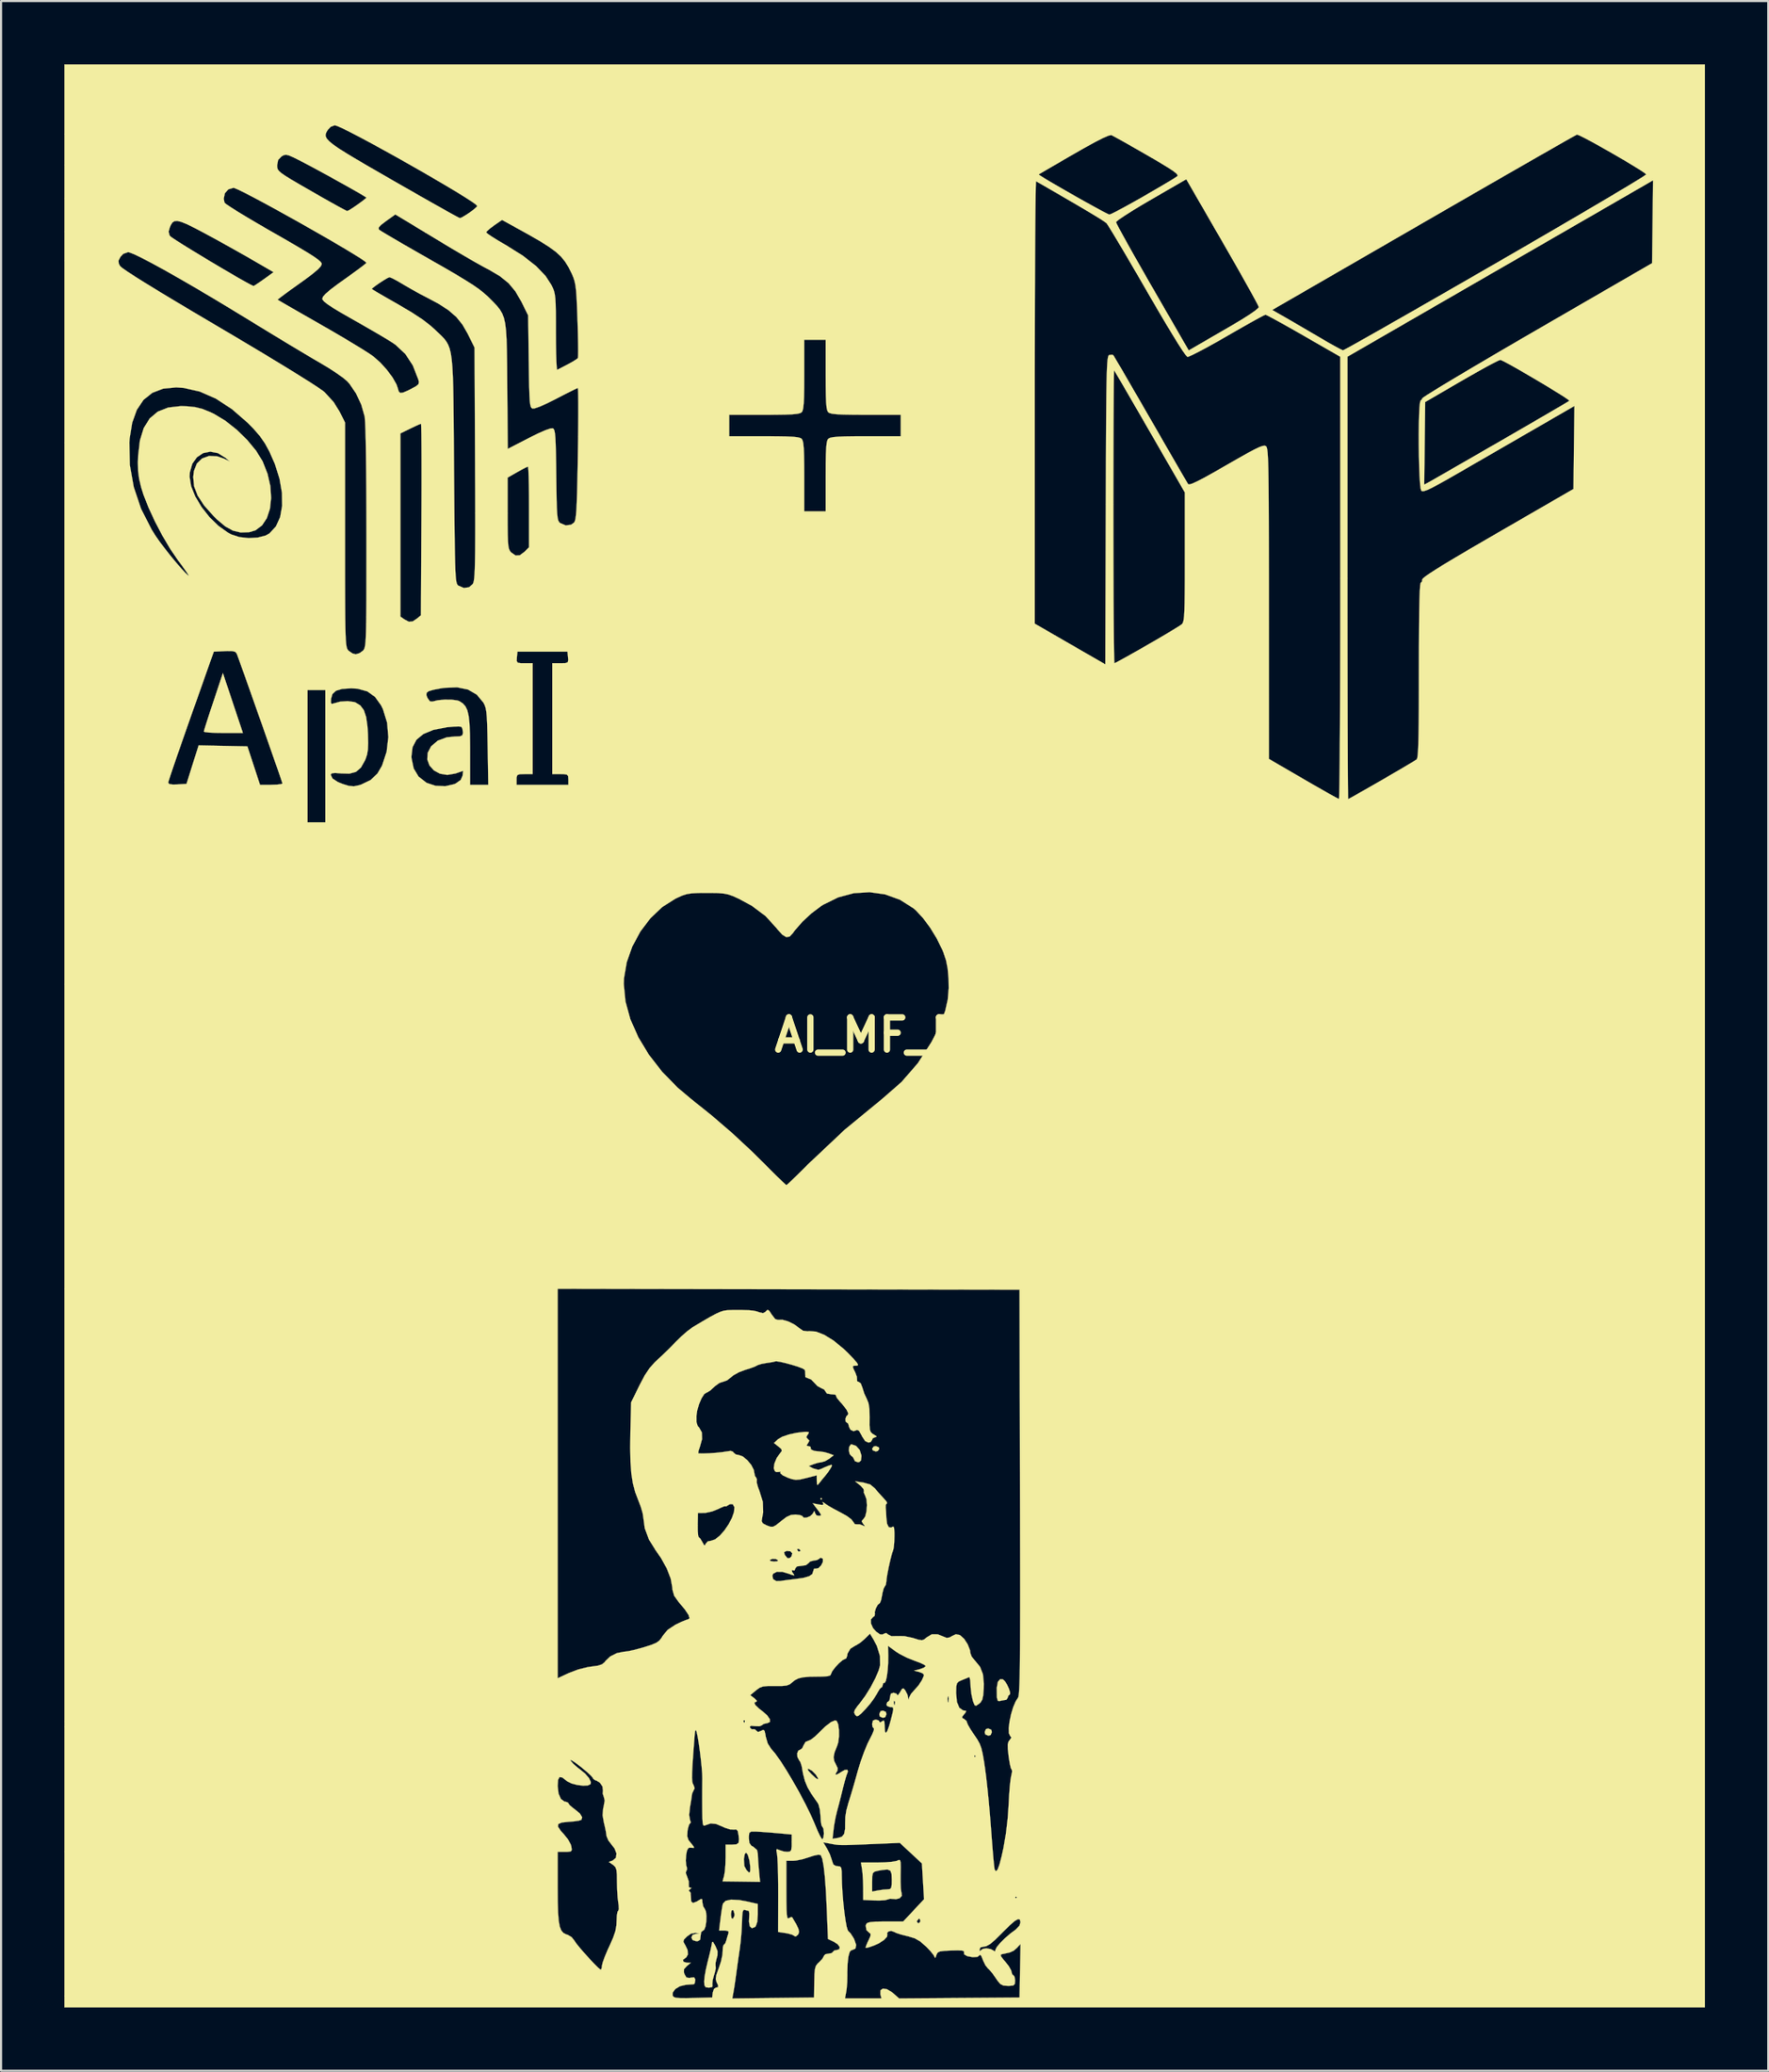
<source format=kicad_pcb>
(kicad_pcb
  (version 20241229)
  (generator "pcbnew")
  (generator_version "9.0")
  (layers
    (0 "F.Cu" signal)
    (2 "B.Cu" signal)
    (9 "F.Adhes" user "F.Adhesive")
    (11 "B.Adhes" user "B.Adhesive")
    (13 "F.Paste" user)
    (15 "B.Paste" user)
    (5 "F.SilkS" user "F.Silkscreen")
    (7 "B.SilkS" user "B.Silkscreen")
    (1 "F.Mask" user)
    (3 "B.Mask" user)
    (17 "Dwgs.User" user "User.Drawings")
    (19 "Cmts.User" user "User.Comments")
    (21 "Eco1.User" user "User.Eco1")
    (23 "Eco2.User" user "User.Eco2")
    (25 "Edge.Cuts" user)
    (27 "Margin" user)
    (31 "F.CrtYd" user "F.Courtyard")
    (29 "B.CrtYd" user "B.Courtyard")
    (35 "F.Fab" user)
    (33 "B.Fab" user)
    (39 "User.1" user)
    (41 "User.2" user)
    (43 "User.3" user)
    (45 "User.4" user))
  (footprint "AI_MF_D9"
    (layer "F.Cu")
    (at 38.867 45.979)
    (property "Reference" "AI_MF_D9" (at 0 0 0) (layer "F.SilkS") (effects (font (size 1.524 1.524) (thickness 0.3))))
    (attr through_hole)
    (fp_poly (pts (xy -2.963 21.971) (xy -3.006 22.013) (xy -3.048 21.971) (xy -3.006 21.929) (xy -2.963 21.971)) (stroke (width 0.01) (type solid)) (fill yes) (layer "F.SilkS"))
    (fp_poly (pts (xy -0.285 19.526) (xy -0.254 19.6) (xy -0.325 19.704) (xy -0.423 19.727) (xy -0.561 19.674) (xy -0.593 19.6) (xy -0.522 19.497) (xy -0.423 19.473) (xy -0.285 19.526)) (stroke (width 0.01) (type solid)) (fill yes) (layer "F.SilkS"))
    (fp_poly (pts (xy 0.057 32.064) (xy 0.085 32.173) (xy 0.025 32.315) (xy -0.085 32.343) (xy -0.226 32.283) (xy -0.254 32.173) (xy -0.194 32.032) (xy -0.085 32.004) (xy 0.057 32.064)) (stroke (width 0.01) (type solid)) (fill yes) (layer "F.SilkS"))
    (fp_poly (pts (xy 5.052 32.911) (xy 5.08 33.02) (xy 5.02 33.162) (xy 4.911 33.189) (xy 4.769 33.129) (xy 4.741 33.02) (xy 4.801 32.878) (xy 4.911 32.851) (xy 5.052 32.911)) (stroke (width 0.01) (type solid)) (fill yes) (layer "F.SilkS"))
    (fp_poly (pts (xy -30.882 -15.726) (xy -30.408 -14.309) (xy -31.333 -14.309) (xy -31.706 -14.314) (xy -32.007 -14.329) (xy -32.202 -14.352) (xy -32.258 -14.374) (xy -32.232 -14.473) (xy -32.161 -14.703) (xy -32.054 -15.039) (xy -31.919 -15.451) (xy -31.806 -15.791) (xy -31.355 -17.143) (xy -30.882 -15.726)) (stroke (width 0.01) (type solid)) (fill yes) (layer "F.SilkS"))
    (fp_poly (pts (xy -1.352 19.465) (xy -1.182 19.658) (xy -1.102 19.915) (xy -1.101 19.958) (xy -1.123 20.154) (xy -1.206 20.229) (xy -1.27 20.235) (xy -1.407 20.186) (xy -1.439 20.117) (xy -1.508 19.987) (xy -1.566 19.951) (xy -1.658 19.847) (xy -1.695 19.674) (xy -1.676 19.501) (xy -1.602 19.396) (xy -1.567 19.389) (xy -1.352 19.465)) (stroke (width 0.01) (type solid)) (fill yes) (layer "F.SilkS"))
    (fp_poly (pts (xy 5.605 30.524) (xy 5.7 30.613) (xy 5.804 30.782) (xy 5.893 30.977) (xy 5.944 31.146) (xy 5.935 31.238) (xy 5.92 31.242) (xy 5.851 31.311) (xy 5.842 31.369) (xy 5.778 31.481) (xy 5.722 31.496) (xy 5.536 31.526) (xy 5.468 31.547) (xy 5.367 31.543) (xy 5.323 31.406) (xy 5.319 31.357) (xy 5.313 30.92) (xy 5.365 30.641) (xy 5.475 30.515) (xy 5.605 30.524)) (stroke (width 0.01) (type solid)) (fill yes) (layer "F.SilkS"))
    (fp_poly (pts (xy -8.054 43.092) (xy -8.015 43.164) (xy -7.919 43.394) (xy -7.922 43.6) (xy -7.96 43.734) (xy -8.011 43.946) (xy -8.013 44.089) (xy -8.008 44.101) (xy -8.004 44.222) (xy -8.053 44.434) (xy -8.083 44.527) (xy -8.149 44.771) (xy -8.166 44.961) (xy -8.158 45.002) (xy -8.169 45.097) (xy -8.32 45.127) (xy -8.331 45.127) (xy -8.479 45.107) (xy -8.54 45.012) (xy -8.551 44.829) (xy -8.529 44.597) (xy -8.471 44.272) (xy -8.39 43.924) (xy -8.389 43.919) (xy -8.305 43.588) (xy -8.236 43.295) (xy -8.197 43.102) (xy -8.196 43.095) (xy -8.172 42.966) (xy -8.134 42.961) (xy -8.054 43.092)) (stroke (width 0.01) (type solid)) (fill yes) (layer "F.SilkS"))
    (fp_poly (pts (xy 0.732 39.096) (xy 0.756 39.199) (xy 0.762 39.413) (xy 0.756 39.768) (xy 0.756 39.777) (xy 0.755 40.126) (xy 0.766 40.415) (xy 0.788 40.598) (xy 0.8 40.633) (xy 0.813 40.777) (xy 0.707 40.892) (xy 0.53 40.936) (xy 0.455 40.926) (xy 0.257 40.914) (xy 0.147 40.948) (xy 0.012 40.983) (xy -0.235 40.999) (xy -0.487 40.996) (xy -1.016 40.971) (xy -1.017 40.403) (xy -1.024 40.111) (xy -0.593 40.111) (xy -0.593 40.577) (xy -0.328 40.524) (xy -0.069 40.485) (xy 0.138 40.471) (xy 0.253 40.457) (xy 0.313 40.389) (xy 0.336 40.224) (xy 0.339 40.005) (xy 0.327 39.737) (xy 0.272 39.586) (xy 0.138 39.531) (xy -0.105 39.551) (xy -0.328 39.592) (xy -0.48 39.632) (xy -0.558 39.703) (xy -0.588 39.853) (xy -0.593 40.111) (xy -1.024 40.111) (xy -1.026 40.052) (xy -1.047 39.719) (xy -1.07 39.518) (xy -1.123 39.201) (xy -0.344 39.201) (xy 0.021 39.191) (xy 0.336 39.166) (xy 0.552 39.129) (xy 0.603 39.11) (xy 0.683 39.076) (xy 0.732 39.096)) (stroke (width 0.01) (type solid)) (fill yes) (layer "F.SilkS"))
    (fp_poly (pts (xy -3.587 18.815) (xy -3.622 18.9) (xy -3.646 18.929) (xy -3.714 19.049) (xy -3.648 19.13) (xy -3.641 19.135) (xy -3.568 19.216) (xy -3.629 19.332) (xy -3.635 19.34) (xy -3.7 19.444) (xy -3.631 19.473) (xy -3.604 19.473) (xy -3.506 19.508) (xy -3.508 19.549) (xy -3.486 19.635) (xy -3.336 19.7) (xy -3.099 19.727) (xy -3.089 19.727) (xy -2.858 19.758) (xy -2.652 19.818) (xy -2.415 19.908) (xy -2.626 20.07) (xy -2.82 20.186) (xy -2.979 20.233) (xy -3.161 20.264) (xy -3.36 20.326) (xy -3.598 20.417) (xy -3.388 20.53) (xy -3.146 20.597) (xy -3.034 20.566) (xy -2.843 20.477) (xy -2.67 20.406) (xy -2.52 20.358) (xy -2.496 20.397) (xy -2.545 20.498) (xy -2.674 20.699) (xy -2.797 20.856) (xy -2.968 21.061) (xy -3.084 21.209) (xy -3.173 21.314) (xy -3.207 21.287) (xy -3.215 21.117) (xy -3.217 20.856) (xy -3.713 20.985) (xy -4.006 21.054) (xy -4.212 21.071) (xy -4.406 21.034) (xy -4.603 20.964) (xy -4.832 20.856) (xy -4.94 20.76) (xy -4.94 20.723) (xy -4.937 20.673) (xy -4.986 20.695) (xy -5.13 20.703) (xy -5.2 20.664) (xy -5.254 20.52) (xy -5.221 20.295) (xy -5.116 20.041) (xy -4.965 19.825) (xy -4.873 19.705) (xy -4.893 19.615) (xy -5.03 19.495) (xy -5.243 19.327) (xy -5.048 19.144) (xy -4.85 19.029) (xy -4.539 18.924) (xy -4.172 18.843) (xy -3.803 18.8) (xy -3.694 18.796) (xy -3.587 18.815)) (stroke (width 0.01) (type solid)) (fill yes) (layer "F.SilkS"))
    (fp_poly (pts (xy 38.862 46.059) (xy -38.862 46.059) (xy -38.862 45.504) (xy -10.046 45.504) (xy -10 45.565) (xy -9.897 45.603) (xy -9.707 45.621) (xy -9.401 45.624) (xy -9.082 45.617) (xy -8.17 45.593) (xy -8.144 45.36) (xy -8.085 45.186) (xy -7.995 45.127) (xy -7.893 45.105) (xy -7.893 45.012) (xy -7.966 44.86) (xy -8.004 44.72) (xy -7.976 44.528) (xy -7.873 44.238) (xy -7.862 44.21) (xy -7.755 43.891) (xy -7.688 43.579) (xy -7.675 43.413) (xy -7.665 43.209) (xy -7.63 43.101) (xy -7.618 43.095) (xy -7.551 43.024) (xy -7.503 42.892) (xy -7.441 42.674) (xy -7.4 42.553) (xy -7.4 42.455) (xy -7.526 42.42) (xy -7.596 42.418) (xy -7.844 42.418) (xy -7.776 41.855) (xy -7.749 41.656) (xy -7.281 41.656) (xy -7.259 41.828) (xy -7.201 41.87) (xy -7.197 41.868) (xy -7.125 41.748) (xy -7.112 41.656) (xy -7.152 41.496) (xy -7.197 41.444) (xy -7.256 41.478) (xy -7.281 41.643) (xy -7.281 41.656) (xy -7.749 41.656) (xy -7.734 41.543) (xy -7.692 41.284) (xy -7.661 41.145) (xy -7.535 41.014) (xy -7.272 40.957) (xy -6.89 40.977) (xy -6.545 41.04) (xy -6.011 41.162) (xy -6.011 41.653) (xy -6.034 42.003) (xy -6.103 42.208) (xy -6.142 42.252) (xy -6.289 42.311) (xy -6.388 42.222) (xy -6.428 42) (xy -6.421 41.833) (xy -6.413 41.619) (xy -6.433 41.497) (xy -6.447 41.487) (xy -6.571 41.46) (xy -6.626 41.44) (xy -6.69 41.447) (xy -6.73 41.546) (xy -6.751 41.766) (xy -6.759 42.024) (xy -6.78 42.458) (xy -6.822 42.939) (xy -6.864 43.277) (xy -6.925 43.689) (xy -6.987 44.132) (xy -7.03 44.45) (xy -7.078 44.797) (xy -7.128 45.128) (xy -7.161 45.319) (xy -7.219 45.639) (xy -5.282 45.616) (xy -3.345 45.593) (xy -3.334 44.85) (xy -3.325 44.487) (xy -3.303 44.251) (xy -3.259 44.1) (xy -3.181 43.99) (xy -3.101 43.916) (xy -2.95 43.759) (xy -2.879 43.631) (xy -2.879 43.622) (xy -2.806 43.544) (xy -2.667 43.519) (xy -2.508 43.49) (xy -2.455 43.434) (xy -2.384 43.365) (xy -2.286 43.349) (xy -2.144 43.306) (xy -2.129 43.2) (xy -2.23 43.066) (xy -2.401 42.957) (xy -2.685 42.822) (xy -2.744 41.35) (xy -2.784 40.534) (xy -2.833 39.872) (xy -2.89 39.369) (xy -2.954 39.027) (xy -3.026 38.851) (xy -3.033 38.843) (xy -3.15 38.829) (xy -3.374 38.878) (xy -3.565 38.942) (xy -3.882 39.041) (xy -4.194 39.104) (xy -4.339 39.116) (xy -4.657 39.116) (xy -4.657 40.523) (xy -4.655 41.045) (xy -4.648 41.417) (xy -4.635 41.661) (xy -4.613 41.798) (xy -4.581 41.848) (xy -4.537 41.832) (xy -4.42 41.779) (xy -4.377 41.8) (xy -4.191 42.12) (xy -4.088 42.334) (xy -4.056 42.477) (xy -4.085 42.581) (xy -4.109 42.619) (xy -4.215 42.706) (xy -4.27 42.682) (xy -4.379 42.618) (xy -4.592 42.559) (xy -4.685 42.543) (xy -5.047 42.488) (xy -5.043 40.781) (xy -5.044 40.242) (xy -5.051 39.744) (xy -5.063 39.318) (xy -5.079 38.996) (xy -5.097 38.809) (xy -5.099 38.796) (xy -5.132 38.615) (xy -5.102 38.563) (xy -4.999 38.606) (xy -4.785 38.675) (xy -4.62 38.693) (xy -4.49 38.679) (xy -4.426 38.609) (xy -4.404 38.439) (xy -4.403 38.282) (xy -4.403 38.243) (xy -2.909 38.243) (xy -2.734 38.531) (xy -2.599 38.8) (xy -2.506 39.07) (xy -2.5 39.095) (xy -2.431 39.291) (xy -2.309 39.365) (xy -2.237 39.37) (xy -2.115 39.385) (xy -2.054 39.458) (xy -2.034 39.633) (xy -2.032 39.792) (xy -2.022 40.203) (xy -1.996 40.656) (xy -1.957 41.12) (xy -1.909 41.559) (xy -1.855 41.943) (xy -1.8 42.239) (xy -1.747 42.413) (xy -1.725 42.444) (xy -1.614 42.558) (xy -1.482 42.762) (xy -1.443 42.834) (xy -1.349 43.103) (xy -1.385 43.278) (xy -1.547 43.348) (xy -1.578 43.349) (xy -1.656 43.429) (xy -1.718 43.651) (xy -1.757 43.988) (xy -1.77 44.413) (xy -1.769 44.535) (xy -1.775 44.869) (xy -1.802 45.191) (xy -1.821 45.318) (xy -1.881 45.635) (xy -0.151 45.635) (xy -0.202 45.433) (xy -0.196 45.252) (xy -0.085 45.174) (xy 0.102 45.199) (xy 0.334 45.332) (xy 0.4 45.387) (xy 0.686 45.638) (xy 3.539 45.615) (xy 6.392 45.593) (xy 6.416 44.326) (xy 6.439 43.058) (xy 6.265 43.245) (xy 6.117 43.374) (xy 5.93 43.459) (xy 5.646 43.523) (xy 5.566 43.537) (xy 5.497 43.571) (xy 5.521 43.656) (xy 5.65 43.821) (xy 5.714 43.894) (xy 5.884 44.112) (xy 5.992 44.304) (xy 6.011 44.381) (xy 6.05 44.51) (xy 6.096 44.535) (xy 6.155 44.608) (xy 6.181 44.786) (xy 6.181 44.789) (xy 6.167 44.952) (xy 6.094 45.024) (xy 5.914 45.042) (xy 5.843 45.043) (xy 5.629 45.027) (xy 5.482 44.954) (xy 5.341 44.786) (xy 5.272 44.683) (xy 5.107 44.45) (xy 4.953 44.269) (xy 4.896 44.217) (xy 4.777 44.069) (xy 4.666 43.841) (xy 4.649 43.794) (xy 4.577 43.621) (xy 4.521 43.566) (xy 4.509 43.582) (xy 4.397 43.668) (xy 4.168 43.681) (xy 3.911 43.633) (xy 3.769 43.55) (xy 3.762 43.462) (xy 3.756 43.401) (xy 3.664 43.369) (xy 3.455 43.36) (xy 3.156 43.367) (xy 2.826 43.383) (xy 2.626 43.409) (xy 2.519 43.459) (xy 2.465 43.543) (xy 2.446 43.603) (xy 2.402 43.718) (xy 2.379 43.696) (xy 2.317 43.579) (xy 2.165 43.39) (xy 2.106 43.328) (xy 4.494 43.328) (xy 4.516 43.408) (xy 4.543 43.37) (xy 4.651 43.292) (xy 4.816 43.265) (xy 5.026 43.3) (xy 5.148 43.366) (xy 5.23 43.418) (xy 5.249 43.335) (xy 5.311 43.207) (xy 5.473 43.012) (xy 5.701 42.786) (xy 5.959 42.561) (xy 6.209 42.377) (xy 6.389 42.191) (xy 6.435 42.03) (xy 6.409 41.903) (xy 6.325 41.879) (xy 6.171 41.964) (xy 5.935 42.166) (xy 5.605 42.491) (xy 5.538 42.56) (xy 5.225 42.87) (xy 4.992 43.064) (xy 4.817 43.161) (xy 4.712 43.18) (xy 4.538 43.217) (xy 4.494 43.328) (xy 2.106 43.328) (xy 1.968 43.185) (xy 1.69 42.94) (xy 1.429 42.791) (xy 1.107 42.692) (xy 1.058 42.681) (xy 0.771 42.608) (xy 0.544 42.533) (xy 0.446 42.484) (xy 0.313 42.438) (xy 0.18 42.464) (xy 0.114 42.539) (xy 0.126 42.586) (xy 0.115 42.712) (xy -0.028 42.867) (xy -0.274 43.026) (xy -0.497 43.127) (xy -0.721 43.206) (xy -0.869 43.243) (xy -0.898 43.241) (xy -0.883 43.155) (xy -0.807 42.974) (xy -0.767 42.894) (xy -0.673 42.684) (xy -0.667 42.574) (xy -0.72 42.533) (xy -0.862 42.4) (xy -0.896 42.194) (xy -0.877 42.122) (xy -0.82 42.062) (xy -0.686 42.023) (xy -0.445 42.002) (xy -0.317 42) (xy 1.524 42) (xy 1.589 42.077) (xy 1.609 42.079) (xy 1.683 42.01) (xy 1.693 41.947) (xy 1.652 41.86) (xy 1.609 41.868) (xy 1.527 41.976) (xy 1.524 42) (xy -0.317 42) (xy -0.07 41.995) (xy 0.025 41.995) (xy 0.878 41.995) (xy 1.373 41.465) (xy 1.868 40.936) (xy 1.863 40.852) (xy 6.181 40.852) (xy 6.223 40.894) (xy 6.265 40.852) (xy 6.223 40.809) (xy 6.181 40.852) (xy 1.863 40.852) (xy 1.817 40.09) (xy 1.766 39.243) (xy 1.243 38.756) (xy 0.72 38.269) (xy -0.466 38.319) (xy -1.034 38.343) (xy -1.461 38.36) (xy -1.773 38.37) (xy -1.997 38.372) (xy -2.16 38.367) (xy -2.291 38.355) (xy -2.415 38.336) (xy -2.534 38.313) (xy -2.909 38.243) (xy -4.403 38.243) (xy -4.403 37.87) (xy -5.101 37.806) (xy -5.475 37.774) (xy -5.826 37.748) (xy -6.086 37.732) (xy -6.117 37.731) (xy -6.324 37.733) (xy -6.414 37.792) (xy -6.434 37.957) (xy -6.435 38.038) (xy -6.411 38.27) (xy -6.317 38.402) (xy -6.223 38.454) (xy -6.048 38.603) (xy -6.011 38.77) (xy -6.002 38.968) (xy -5.982 39.266) (xy -5.957 39.552) (xy -5.904 40.115) (xy -6.792 40.102) (xy -7.68 40.09) (xy -7.608 39.836) (xy -7.571 39.623) (xy -7.545 39.309) (xy -7.537 39.043) (xy -6.67 39.043) (xy -6.649 39.364) (xy -6.543 39.561) (xy -6.432 39.673) (xy -6.386 39.66) (xy -6.368 39.57) (xy -6.369 39.386) (xy -6.403 39.133) (xy -6.413 39.08) (xy -6.487 38.827) (xy -6.564 38.732) (xy -6.629 38.799) (xy -6.669 39.029) (xy -6.67 39.043) (xy -7.537 39.043) (xy -7.535 38.968) (xy -7.535 38.354) (xy -7.244 38.354) (xy -7.026 38.34) (xy -6.922 38.269) (xy -6.902 38.101) (xy -6.921 37.91) (xy -6.961 37.705) (xy -7.03 37.629) (xy -7.142 37.638) (xy -7.328 37.628) (xy -7.574 37.55) (xy -7.659 37.51) (xy -7.987 37.373) (xy -8.244 37.348) (xy -8.472 37.426) (xy -8.544 37.455) (xy -8.592 37.435) (xy -8.62 37.337) (xy -8.635 37.136) (xy -8.641 36.804) (xy -8.643 36.6) (xy -8.645 36.164) (xy -8.644 35.735) (xy -8.641 35.376) (xy -8.639 35.221) (xy -8.646 34.986) (xy -8.672 34.659) (xy -8.712 34.279) (xy -8.761 33.884) (xy -8.813 33.515) (xy -8.865 33.209) (xy -8.91 33.006) (xy -8.935 32.947) (xy -8.96 32.931) (xy -8.978 32.967) (xy -8.995 33.09) (xy -9.015 33.332) (xy -9.027 33.486) (xy -9.074 34.112) (xy -9.106 34.591) (xy -9.124 34.944) (xy -9.127 35.192) (xy -9.116 35.358) (xy -9.091 35.462) (xy -9.058 35.52) (xy -9.002 35.678) (xy -9.037 35.751) (xy -9.12 35.925) (xy -9.13 35.983) (xy -9.15 36.135) (xy -9.191 36.386) (xy -9.223 36.566) (xy -9.264 36.943) (xy -9.225 37.175) (xy -9.222 37.18) (xy -9.185 37.305) (xy -9.215 37.338) (xy -9.271 37.413) (xy -9.324 37.602) (xy -9.34 37.698) (xy -9.355 37.953) (xy -9.296 38.134) (xy -9.16 38.304) (xy -9.043 38.45) (xy -9.037 38.507) (xy -9.067 38.502) (xy -9.242 38.494) (xy -9.303 38.517) (xy -9.367 38.635) (xy -9.408 38.855) (xy -9.423 39.109) (xy -9.405 39.33) (xy -9.372 39.428) (xy -9.366 39.549) (xy -9.396 39.581) (xy -9.426 39.693) (xy -9.356 39.877) (xy -9.282 40.087) (xy -9.28 40.252) (xy -9.281 40.254) (xy -9.273 40.368) (xy -9.217 40.387) (xy -9.153 40.407) (xy -9.229 40.471) (xy -9.291 40.538) (xy -9.258 40.554) (xy -9.194 40.629) (xy -9.179 40.814) (xy -9.168 41.04) (xy -9.082 41.115) (xy -8.907 41.051) (xy -8.85 41.015) (xy -8.7 40.926) (xy -8.644 40.947) (xy -8.636 41.086) (xy -8.596 41.283) (xy -8.53 41.384) (xy -8.469 41.514) (xy -8.444 41.734) (xy -8.452 41.988) (xy -8.487 42.222) (xy -8.548 42.381) (xy -8.602 42.418) (xy -8.694 42.494) (xy -8.721 42.672) (xy -8.743 42.854) (xy -8.84 42.92) (xy -8.932 42.926) (xy -9.097 42.872) (xy -9.156 42.754) (xy -9.105 42.633) (xy -8.954 42.576) (xy -8.763 42.564) (xy -8.951 42.528) (xy -9.173 42.566) (xy -9.364 42.7) (xy -9.508 42.847) (xy -9.537 42.952) (xy -9.467 43.083) (xy -9.451 43.105) (xy -9.339 43.342) (xy -9.324 43.558) (xy -9.407 43.701) (xy -9.44 43.719) (xy -9.558 43.811) (xy -9.529 43.903) (xy -9.377 43.945) (xy -9.186 43.948) (xy -9.377 44.107) (xy -9.508 44.252) (xy -9.511 44.407) (xy -9.485 44.487) (xy -9.394 44.643) (xy -9.256 44.669) (xy -9.188 44.654) (xy -9.03 44.638) (xy -8.977 44.722) (xy -8.975 44.779) (xy -9 44.924) (xy -9.038 44.963) (xy -9.157 44.972) (xy -9.372 44.989) (xy -9.425 44.993) (xy -9.7 45.059) (xy -9.919 45.192) (xy -10.044 45.36) (xy -10.046 45.504) (xy -38.862 45.504) (xy -38.862 35.574) (xy -15.494 35.574) (xy -15.453 35.934) (xy -15.339 36.189) (xy -15.166 36.314) (xy -15.1 36.322) (xy -14.996 36.366) (xy -14.986 36.396) (xy -14.922 36.485) (xy -14.762 36.62) (xy -14.691 36.671) (xy -14.439 36.879) (xy -14.333 37.054) (xy -14.369 37.177) (xy -14.483 37.215) (xy -14.713 37.249) (xy -14.965 37.269) (xy -15.295 37.303) (xy -15.464 37.375) (xy -15.478 37.502) (xy -15.344 37.701) (xy -15.198 37.86) (xy -15.009 38.096) (xy -14.877 38.339) (xy -14.848 38.429) (xy -14.824 38.596) (xy -14.867 38.671) (xy -15.019 38.692) (xy -15.145 38.693) (xy -15.494 38.693) (xy -15.494 40.394) (xy -15.49 41.056) (xy -15.475 41.569) (xy -15.445 41.953) (xy -15.396 42.228) (xy -15.323 42.415) (xy -15.222 42.534) (xy -15.088 42.604) (xy -15.015 42.625) (xy -14.832 42.734) (xy -14.708 42.891) (xy -14.611 43.031) (xy -14.439 43.244) (xy -14.22 43.498) (xy -13.983 43.76) (xy -13.759 43.998) (xy -13.577 44.179) (xy -13.465 44.271) (xy -13.451 44.276) (xy -13.409 44.208) (xy -13.396 44.09) (xy -13.359 43.932) (xy -13.264 43.668) (xy -13.127 43.342) (xy -13.046 43.168) (xy -12.867 42.766) (xy -12.76 42.455) (xy -12.71 42.182) (xy -12.7 41.961) (xy -12.688 41.703) (xy -12.657 41.531) (xy -12.626 41.487) (xy -12.595 41.413) (xy -12.603 41.227) (xy -12.618 41.127) (xy -12.651 40.86) (xy -12.674 40.5) (xy -12.683 40.122) (xy -12.683 40.104) (xy -12.687 39.763) (xy -12.708 39.549) (xy -12.757 39.418) (xy -12.844 39.328) (xy -12.873 39.307) (xy -13.066 39.172) (xy -12.883 39.104) (xy -12.733 38.975) (xy -12.706 38.771) (xy -12.798 38.53) (xy -12.933 38.36) (xy -13.09 38.154) (xy -13.176 37.951) (xy -13.18 37.922) (xy -13.21 37.719) (xy -13.27 37.439) (xy -13.302 37.31) (xy -13.364 36.96) (xy -13.339 36.651) (xy -13.315 36.549) (xy -13.265 36.264) (xy -13.303 36.098) (xy -13.308 36.091) (xy -13.359 35.932) (xy -13.347 35.789) (xy -13.371 35.596) (xy -13.495 35.413) (xy -13.666 35.311) (xy -13.708 35.306) (xy -13.802 35.239) (xy -13.826 35.193) (xy -13.909 35.091) (xy -14.093 34.919) (xy -14.343 34.709) (xy -14.431 34.639) (xy -14.667 34.462) (xy -14.829 34.36) (xy -14.894 34.346) (xy -14.883 34.373) (xy -14.746 34.532) (xy -14.534 34.713) (xy -14.461 34.767) (xy -14.201 34.98) (xy -14.012 35.198) (xy -13.922 35.385) (xy -13.932 35.482) (xy -14.059 35.546) (xy -14.29 35.558) (xy -14.568 35.524) (xy -14.837 35.453) (xy -15.043 35.35) (xy -15.07 35.328) (xy -15.276 35.17) (xy -15.407 35.153) (xy -15.475 35.285) (xy -15.494 35.574) (xy -38.862 35.574) (xy -38.862 32.767) (xy -6.389 32.767) (xy -6.378 32.814) (xy -6.294 32.892) (xy -6.247 32.882) (xy -6.137 32.895) (xy -6.089 32.946) (xy -6 33.018) (xy -5.86 32.965) (xy -5.853 32.961) (xy -5.751 32.915) (xy -5.692 32.961) (xy -5.651 33.13) (xy -5.634 33.238) (xy -5.541 33.559) (xy -5.389 33.799) (xy -5.383 33.805) (xy -5.184 34.038) (xy -4.933 34.394) (xy -4.646 34.841) (xy -4.342 35.35) (xy -4.039 35.887) (xy -3.755 36.424) (xy -3.507 36.928) (xy -3.314 37.368) (xy -3.301 37.401) (xy -3.171 37.712) (xy -3.056 37.952) (xy -2.974 38.085) (xy -2.953 38.1) (xy -2.904 38.026) (xy -2.879 37.842) (xy -2.879 37.804) (xy -2.897 37.608) (xy -2.943 37.51) (xy -2.952 37.507) (xy -2.994 37.431) (xy -3.025 37.232) (xy -3.037 37.026) (xy -3.067 36.702) (xy -3.134 36.448) (xy -3.176 36.37) (xy -3.457 35.97) (xy -3.65 35.641) (xy -3.779 35.33) (xy -3.869 34.981) (xy -3.905 34.772) (xy -3.656 34.772) (xy -3.603 34.865) (xy -3.468 35.013) (xy -3.276 35.193) (xy -3.166 35.26) (xy -3.153 35.214) (xy -3.249 35.054) (xy -3.273 35.021) (xy -3.436 34.855) (xy -3.589 34.766) (xy -3.656 34.772) (xy -3.905 34.772) (xy -3.927 34.644) (xy -3.99 34.447) (xy -4.053 34.352) (xy -4.133 34.2) (xy -4.143 34.024) (xy -4.088 33.894) (xy -4.023 33.867) (xy -3.911 33.794) (xy -3.845 33.655) (xy -3.749 33.487) (xy -3.642 33.443) (xy -3.504 33.385) (xy -3.308 33.236) (xy -3.165 33.099) (xy -2.813 32.757) (xy -2.539 32.545) (xy -2.349 32.467) (xy -2.271 32.493) (xy -2.201 32.652) (xy -2.165 32.915) (xy -2.163 33.22) (xy -2.198 33.503) (xy -2.244 33.655) (xy -2.374 33.979) (xy -2.42 34.21) (xy -2.387 34.4) (xy -2.319 34.537) (xy -2.227 34.727) (xy -2.236 34.853) (xy -2.281 34.919) (xy -2.34 35.025) (xy -2.282 35.04) (xy -2.136 34.963) (xy -2.079 34.922) (xy -1.892 34.815) (xy -1.768 34.805) (xy -1.74 34.889) (xy -1.763 34.946) (xy -1.818 35.098) (xy -1.895 35.362) (xy -1.978 35.684) (xy -1.988 35.729) (xy -2.08 36.101) (xy -2.174 36.466) (xy -2.25 36.745) (xy -2.25 36.745) (xy -2.327 37.063) (xy -2.394 37.433) (xy -2.416 37.6) (xy -2.471 38.073) (xy -2.209 38.034) (xy -2.024 37.975) (xy -1.918 37.842) (xy -1.873 37.601) (xy -1.871 37.338) (xy -1.863 37.033) (xy -1.814 36.727) (xy -1.712 36.356) (xy -1.659 36.19) (xy -1.579 35.931) (xy -1.471 35.565) (xy -1.351 35.145) (xy -1.268 34.845) (xy -1.132 34.402) (xy -1.047 34.163) (xy 4.233 34.163) (xy 4.276 34.205) (xy 4.318 34.163) (xy 4.276 34.121) (xy 4.233 34.163) (xy -1.047 34.163) (xy -0.972 33.956) (xy -0.812 33.57) (xy -0.72 33.385) (xy -0.589 33.126) (xy -0.512 32.937) (xy -0.504 32.852) (xy -0.51 32.851) (xy -0.572 32.778) (xy -0.593 32.639) (xy -0.553 32.473) (xy -0.423 32.427) (xy -0.286 32.467) (xy -0.254 32.522) (xy -0.213 32.567) (xy -0.127 32.512) (xy -0.048 32.469) (xy -0.011 32.531) (xy -0.000131 32.729) (xy 0 32.773) (xy 0.016 32.997) (xy 0.06 33.06) (xy 0.128 32.965) (xy 0.218 32.716) (xy 0.29 32.457) (xy 0.37 32.142) (xy 0.408 31.956) (xy 0.401 31.866) (xy 0.349 31.837) (xy 0.254 31.835) (xy 0.116 31.782) (xy 0.085 31.708) (xy 0.122 31.616) (xy 0.43 31.616) (xy 0.446 31.726) (xy 0.474 31.727) (xy 0.495 31.614) (xy 0.481 31.565) (xy 0.444 31.533) (xy 0.43 31.616) (xy 0.122 31.616) (xy 0.13 31.595) (xy 0.169 31.581) (xy 0.233 31.508) (xy 0.254 31.369) (xy 0.294 31.203) (xy 0.423 31.157) (xy 0.562 31.202) (xy 0.596 31.263) (xy 0.631 31.272) (xy 0.714 31.158) (xy 0.73 31.129) (xy 0.825 30.972) (xy 0.893 30.951) (xy 0.977 31.044) (xy 1.08 31.245) (xy 1.108 31.369) (xy 1.121 31.486) (xy 1.138 31.454) (xy 2.98 31.454) (xy 2.989 31.598) (xy 3.015 31.611) (xy 3.019 31.603) (xy 3.036 31.435) (xy 3.022 31.349) (xy 2.995 31.315) (xy 2.98 31.427) (xy 2.98 31.454) (xy 1.138 31.454) (xy 1.146 31.437) (xy 1.161 31.378) (xy 1.25 31.211) (xy 1.409 31.027) (xy 1.417 31.019) (xy 1.603 30.811) (xy 1.761 30.572) (xy 1.853 30.365) (xy 1.863 30.303) (xy 1.791 30.231) (xy 1.63 30.17) (xy 1.397 30.111) (xy 1.672 30.039) (xy 1.858 29.971) (xy 1.946 29.899) (xy 1.947 29.892) (xy 1.873 29.829) (xy 1.679 29.737) (xy 1.41 29.638) (xy 1.06 29.498) (xy 0.716 29.323) (xy 0.517 29.197) (xy 0.16 28.934) (xy 0.171 29.39) (xy 0.167 29.738) (xy 0.144 30.079) (xy 0.105 30.376) (xy 0.058 30.591) (xy 0.006 30.686) (xy -0.012 30.685) (xy -0.074 30.71) (xy -0.085 30.771) (xy -0.121 30.887) (xy -0.154 30.903) (xy -0.23 30.972) (xy -0.336 31.144) (xy -0.366 31.204) (xy -0.502 31.427) (xy -0.709 31.703) (xy -0.901 31.924) (xy -1.112 32.142) (xy -1.244 32.25) (xy -1.327 32.265) (xy -1.395 32.205) (xy -1.4 32.197) (xy -1.446 32.095) (xy -1.416 31.976) (xy -1.294 31.798) (xy -1.187 31.667) (xy -0.921 31.309) (xy -0.663 30.894) (xy -0.441 30.472) (xy -0.28 30.092) (xy -0.216 29.861) (xy -0.22 29.421) (xy -0.369 28.938) (xy -0.526 28.636) (xy -0.694 28.359) (xy -0.955 28.614) (xy -1.16 28.789) (xy -1.35 28.908) (xy -1.391 28.925) (xy -1.624 29.071) (xy -1.759 29.297) (xy -1.775 29.401) (xy -1.819 29.526) (xy -1.865 29.549) (xy -1.988 29.61) (xy -2.163 29.76) (xy -2.344 29.952) (xy -2.485 30.137) (xy -2.54 30.263) (xy -2.575 30.334) (xy -2.703 30.374) (xy -2.953 30.39) (xy -3.111 30.392) (xy -3.556 30.399) (xy -3.87 30.425) (xy -4.091 30.478) (xy -4.257 30.564) (xy -4.365 30.654) (xy -4.496 30.757) (xy -4.646 30.814) (xy -4.867 30.837) (xy -5.205 30.837) (xy -5.543 30.837) (xy -5.765 30.86) (xy -5.926 30.92) (xy -6.08 31.03) (xy -6.101 31.048) (xy -6.367 31.271) (xy -6.168 31.424) (xy -6.06 31.53) (xy -6.069 31.578) (xy -6.075 31.579) (xy -6.176 31.62) (xy -6.131 31.734) (xy -5.945 31.913) (xy -5.803 32.022) (xy -5.567 32.229) (xy -5.441 32.408) (xy -5.435 32.538) (xy -5.555 32.596) (xy -5.583 32.597) (xy -5.748 32.64) (xy -5.805 32.691) (xy -5.926 32.745) (xy -6.142 32.739) (xy -6.144 32.739) (xy -6.332 32.723) (xy -6.389 32.767) (xy -38.862 32.767) (xy -38.862 32.512) (xy -6.689 32.512) (xy -6.658 32.582) (xy -6.632 32.568) (xy -6.622 32.468) (xy -6.632 32.456) (xy -6.683 32.467) (xy -6.689 32.512) (xy -38.862 32.512) (xy -38.862 30.471) (xy -15.494 30.471) (xy -14.962 30.222) (xy -14.525 30.056) (xy -14.065 29.942) (xy -13.897 29.918) (xy -13.584 29.874) (xy -13.39 29.81) (xy -13.267 29.707) (xy -13.227 29.651) (xy -13.004 29.438) (xy -12.686 29.279) (xy -12.343 29.211) (xy -12.313 29.21) (xy -12.129 29.186) (xy -11.839 29.121) (xy -11.496 29.028) (xy -11.394 28.998) (xy -11.046 28.886) (xy -10.82 28.79) (xy -10.674 28.686) (xy -10.566 28.547) (xy -10.52 28.468) (xy -10.284 28.18) (xy -9.912 27.933) (xy -9.883 27.919) (xy -9.623 27.795) (xy -9.417 27.71) (xy -9.326 27.686) (xy -9.243 27.632) (xy -9.291 27.473) (xy -9.467 27.209) (xy -9.772 26.843) (xy -9.779 26.834) (xy -9.972 26.562) (xy -10.053 26.276) (xy -10.061 26.164) (xy -10.136 25.751) (xy -10.194 25.602) (xy -5.32 25.602) (xy -5.286 25.777) (xy -5.13 25.869) (xy -4.954 25.867) (xy -4.778 25.839) (xy -4.504 25.803) (xy -4.281 25.777) (xy -3.856 25.717) (xy -3.58 25.639) (xy -3.43 25.537) (xy -3.387 25.405) (xy -3.345 25.281) (xy -3.266 25.282) (xy -3.138 25.255) (xy -3.011 25.127) (xy -2.926 24.961) (xy -2.924 24.82) (xy -2.941 24.796) (xy -3.044 24.757) (xy -3.086 24.8) (xy -3.206 24.871) (xy -3.352 24.892) (xy -3.53 24.938) (xy -3.61 25.019) (xy -3.731 25.115) (xy -3.946 25.146) (xy -4.158 25.174) (xy -4.233 25.263) (xy -4.233 25.278) (xy -4.274 25.366) (xy -4.318 25.358) (xy -4.394 25.348) (xy -4.386 25.43) (xy -4.301 25.552) (xy -4.297 25.557) (xy -4.288 25.6) (xy -4.419 25.566) (xy -4.517 25.527) (xy -4.843 25.43) (xy -5.107 25.427) (xy -5.278 25.513) (xy -5.32 25.602) (xy -10.194 25.602) (xy -10.322 25.272) (xy -10.542 24.871) (xy -5.448 24.871) (xy -5.404 24.918) (xy -5.244 24.943) (xy -5.244 24.943) (xy -5.086 24.928) (xy -5.045 24.881) (xy -5.045 24.88) (xy -5.161 24.819) (xy -5.329 24.814) (xy -5.446 24.869) (xy -5.448 24.871) (xy -10.542 24.871) (xy -10.597 24.772) (xy -10.787 24.5) (xy -4.766 24.5) (xy -4.738 24.611) (xy -4.716 24.647) (xy -4.599 24.787) (xy -4.492 24.774) (xy -4.415 24.695) (xy -4.375 24.558) (xy -4.461 24.458) (xy -4.632 24.439) (xy -4.659 24.445) (xy -4.766 24.5) (xy -10.787 24.5) (xy -10.848 24.413) (xy -10.869 24.379) (xy -4.149 24.379) (xy -4.087 24.465) (xy -4.064 24.469) (xy -3.982 24.44) (xy -3.979 24.431) (xy -4.039 24.359) (xy -4.064 24.342) (xy -4.142 24.348) (xy -4.149 24.379) (xy -10.869 24.379) (xy -11.166 23.902) (xy -11.366 23.363) (xy -11.385 23.217) (xy -8.858 23.217) (xy -8.855 23.504) (xy -8.837 23.71) (xy -8.809 23.791) (xy -8.808 23.791) (xy -8.733 23.859) (xy -8.636 24.022) (xy -8.635 24.024) (xy -8.553 24.168) (xy -8.506 24.166) (xy -8.488 24.109) (xy -8.382 23.987) (xy -8.244 23.961) (xy -8.039 23.895) (xy -7.816 23.721) (xy -7.595 23.472) (xy -7.394 23.178) (xy -7.235 22.874) (xy -7.137 22.592) (xy -7.118 22.364) (xy -7.2 22.223) (xy -7.2 22.223) (xy -7.331 22.224) (xy -7.412 22.27) (xy -7.513 22.332) (xy -7.535 22.321) (xy -7.602 22.326) (xy -7.771 22.396) (xy -7.885 22.452) (xy -8.174 22.568) (xy -8.467 22.633) (xy -8.541 22.638) (xy -8.848 22.642) (xy -8.858 23.217) (xy -11.385 23.217) (xy -11.43 22.882) (xy -11.464 22.657) (xy -11.554 22.348) (xy -11.679 22.024) (xy -11.823 21.646) (xy -11.929 21.239) (xy -12.001 20.772) (xy -12.042 20.219) (xy -12.056 19.553) (xy -12.046 18.796) (xy -12.012 17.399) (xy -11.617 16.595) (xy -11.371 16.129) (xy -11.139 15.78) (xy -10.892 15.501) (xy -10.797 15.413) (xy -10.516 15.153) (xy -10.193 14.837) (xy -9.902 14.54) (xy -9.628 14.271) (xy -9.347 14.025) (xy -9.115 13.853) (xy -9.098 13.843) (xy -8.622 13.558) (xy -8.263 13.349) (xy -7.994 13.205) (xy -7.786 13.112) (xy -7.613 13.059) (xy -7.446 13.036) (xy -7.258 13.029) (xy -7.182 13.028) (xy -6.748 13.028) (xy -6.443 13.037) (xy -6.228 13.057) (xy -6.064 13.092) (xy -5.947 13.132) (xy -5.761 13.175) (xy -5.644 13.111) (xy -5.622 13.083) (xy -5.548 13.017) (xy -5.471 13.06) (xy -5.356 13.233) (xy -5.348 13.246) (xy -5.187 13.454) (xy -5.05 13.497) (xy -5.045 13.495) (xy -4.843 13.489) (xy -4.571 13.567) (xy -4.288 13.706) (xy -4.081 13.859) (xy -3.869 14.007) (xy -3.648 14.035) (xy -3.581 14.026) (xy -3.254 14.049) (xy -2.86 14.203) (xy -2.421 14.475) (xy -1.959 14.852) (xy -1.737 15.066) (xy -1.472 15.34) (xy -1.317 15.517) (xy -1.26 15.617) (xy -1.289 15.659) (xy -1.335 15.663) (xy -1.47 15.668) (xy -1.511 15.711) (xy -1.467 15.835) (xy -1.391 15.988) (xy -1.316 16.189) (xy -1.307 16.329) (xy -1.312 16.34) (xy -1.294 16.414) (xy -1.239 16.425) (xy -1.134 16.501) (xy -1.057 16.696) (xy -1.056 16.701) (xy -0.968 16.979) (xy -0.85 17.23) (xy -0.765 17.437) (xy -0.721 17.719) (xy -0.713 18.119) (xy -0.714 18.147) (xy -0.716 18.482) (xy -0.701 18.69) (xy -0.658 18.811) (xy -0.577 18.888) (xy -0.511 18.927) (xy -0.382 19.009) (xy -0.404 19.044) (xy -0.445 19.047) (xy -0.57 19.109) (xy -0.593 19.177) (xy -0.664 19.28) (xy -0.766 19.304) (xy -0.923 19.235) (xy -1.068 19.016) (xy -1.09 18.968) (xy -1.211 18.752) (xy -1.305 18.702) (xy -1.326 18.716) (xy -1.471 18.766) (xy -1.617 18.699) (xy -1.692 18.552) (xy -1.693 18.533) (xy -1.731 18.4) (xy -1.778 18.373) (xy -1.849 18.309) (xy -1.857 18.173) (xy -1.806 18.047) (xy -1.759 18.013) (xy -1.72 17.928) (xy -1.806 17.747) (xy -2.011 17.483) (xy -2.14 17.341) (xy -2.267 17.182) (xy -2.31 17.077) (xy -2.305 17.066) (xy -2.344 17.033) (xy -2.503 17.018) (xy -2.526 17.018) (xy -2.732 16.984) (xy -2.794 16.9) (xy -2.866 16.792) (xy -2.995 16.732) (xy -3.19 16.625) (xy -3.336 16.469) (xy -3.486 16.315) (xy -3.635 16.256) (xy -3.755 16.207) (xy -3.759 16.108) (xy -3.765 15.922) (xy -3.795 15.851) (xy -3.896 15.792) (xy -4.109 15.712) (xy -4.386 15.625) (xy -4.681 15.544) (xy -4.944 15.483) (xy -5.13 15.454) (xy -5.188 15.461) (xy -5.281 15.487) (xy -5.482 15.52) (xy -5.584 15.534) (xy -5.833 15.579) (xy -6.012 15.635) (xy -6.046 15.654) (xy -6.174 15.717) (xy -6.407 15.801) (xy -6.608 15.862) (xy -6.909 15.976) (xy -7.17 16.122) (xy -7.279 16.211) (xy -7.467 16.359) (xy -7.651 16.425) (xy -7.661 16.425) (xy -7.833 16.484) (xy -8.035 16.63) (xy -8.086 16.679) (xy -8.262 16.839) (xy -8.403 16.927) (xy -8.432 16.933) (xy -8.548 17.009) (xy -8.675 17.206) (xy -8.792 17.479) (xy -8.881 17.784) (xy -8.919 18.041) (xy -8.918 18.333) (xy -8.86 18.516) (xy -8.79 18.598) (xy -8.663 18.823) (xy -8.652 19.14) (xy -8.758 19.518) (xy -8.759 19.518) (xy -8.823 19.708) (xy -8.831 19.813) (xy -8.822 19.819) (xy -8.615 19.825) (xy -8.309 19.814) (xy -7.972 19.79) (xy -7.672 19.757) (xy -7.519 19.732) (xy -7.294 19.701) (xy -7.184 19.742) (xy -7.162 19.78) (xy -7.052 19.87) (xy -6.909 19.897) (xy -6.719 19.966) (xy -6.507 20.141) (xy -6.319 20.37) (xy -6.2 20.604) (xy -6.181 20.715) (xy -6.146 20.887) (xy -6.095 20.956) (xy -6.048 21.061) (xy -6.06 21.093) (xy -6.059 21.212) (xy -5.998 21.428) (xy -5.935 21.589) (xy -5.773 22.111) (xy -5.757 22.607) (xy -5.798 22.838) (xy -5.827 23.027) (xy -5.77 23.135) (xy -5.591 23.228) (xy -5.579 23.233) (xy -5.415 23.293) (xy -5.289 23.294) (xy -5.149 23.22) (xy -4.939 23.053) (xy -4.907 23.026) (xy -4.648 22.83) (xy -4.44 22.736) (xy -4.225 22.716) (xy -4.207 22.717) (xy -4.005 22.743) (xy -3.899 22.786) (xy -3.895 22.797) (xy -3.834 22.866) (xy -3.692 22.86) (xy -3.531 22.794) (xy -3.414 22.685) (xy -3.405 22.669) (xy -3.337 22.552) (xy -3.311 22.585) (xy -3.308 22.627) (xy -3.233 22.752) (xy -3.128 22.775) (xy -3.029 22.766) (xy -3.018 22.713) (xy -3.104 22.581) (xy -3.181 22.479) (xy -3.407 22.183) (xy -3.129 22.238) (xy -2.948 22.263) (xy -2.9 22.229) (xy -2.922 22.175) (xy -2.94 22.115) (xy -2.849 22.175) (xy -2.83 22.191) (xy -2.674 22.296) (xy -2.42 22.442) (xy -2.119 22.601) (xy -2.101 22.61) (xy -1.795 22.781) (xy -1.581 22.94) (xy -1.493 23.055) (xy -1.412 23.169) (xy -1.339 23.177) (xy -1.179 23.18) (xy -1.058 23.224) (xy -0.943 23.276) (xy -0.96 23.227) (xy -1.011 23.164) (xy -1.089 23.04) (xy -1.043 22.963) (xy -1.011 22.941) (xy -0.917 22.801) (xy -0.858 22.555) (xy -0.837 22.266) (xy -0.859 21.996) (xy -0.928 21.806) (xy -0.936 21.796) (xy -0.993 21.658) (xy -0.98 21.6) (xy -1.005 21.5) (xy -1.133 21.357) (xy -1.163 21.331) (xy -1.397 21.143) (xy -1.016 21.199) (xy -0.685 21.292) (xy -0.466 21.472) (xy -0.288 21.683) (xy -0.079 21.911) (xy -0.055 21.937) (xy 0.077 22.087) (xy 0.12 22.174) (xy 0.108 22.183) (xy 0.054 22.253) (xy 0.049 22.373) (xy 0.067 22.593) (xy 0.079 22.857) (xy 0.079 22.86) (xy 0.115 23.153) (xy 0.196 23.316) (xy 0.311 23.334) (xy 0.353 23.306) (xy 0.416 23.284) (xy 0.45 23.365) (xy 0.463 23.576) (xy 0.463 23.735) (xy 0.454 24.034) (xy 0.431 24.274) (xy 0.408 24.384) (xy 0.343 24.581) (xy 0.266 24.879) (xy 0.19 25.218) (xy 0.127 25.54) (xy 0.089 25.785) (xy 0.085 25.857) (xy 0.058 26.035) (xy 0.01 26.114) (xy -0.047 26.219) (xy -0.103 26.43) (xy -0.122 26.542) (xy -0.169 26.769) (xy -0.223 26.906) (xy -0.246 26.924) (xy -0.33 26.995) (xy -0.415 27.155) (xy -0.467 27.331) (xy -0.461 27.439) (xy -0.483 27.53) (xy -0.547 27.569) (xy -0.65 27.684) (xy -0.648 27.875) (xy -0.552 28.093) (xy -0.4 28.265) (xy -0.219 28.393) (xy -0.094 28.399) (xy -0.052 28.371) (xy 0.073 28.326) (xy 0.161 28.396) (xy 0.323 28.477) (xy 0.593 28.471) (xy 0.934 28.475) (xy 1.323 28.557) (xy 1.362 28.569) (xy 1.617 28.648) (xy 1.77 28.669) (xy 1.877 28.629) (xy 1.984 28.538) (xy 2.235 28.388) (xy 2.52 28.391) (xy 2.754 28.484) (xy 2.941 28.559) (xy 3.087 28.533) (xy 3.191 28.472) (xy 3.373 28.387) (xy 3.539 28.418) (xy 3.59 28.444) (xy 3.769 28.607) (xy 3.934 28.863) (xy 4.043 29.138) (xy 4.064 29.283) (xy 4.122 29.44) (xy 4.265 29.622) (xy 4.283 29.64) (xy 4.52 29.93) (xy 4.656 30.278) (xy 4.7 30.724) (xy 4.695 30.952) (xy 4.67 31.278) (xy 4.625 31.482) (xy 4.545 31.614) (xy 4.471 31.679) (xy 4.342 31.767) (xy 4.269 31.753) (xy 4.207 31.611) (xy 4.176 31.514) (xy 4.113 31.227) (xy 4.075 30.891) (xy 4.071 30.79) (xy 4.055 30.562) (xy 4.023 30.429) (xy 4 30.415) (xy 3.885 30.467) (xy 3.686 30.548) (xy 3.662 30.557) (xy 3.51 30.626) (xy 3.428 30.712) (xy 3.394 30.863) (xy 3.387 31.128) (xy 3.387 31.18) (xy 3.425 31.592) (xy 3.536 31.866) (xy 3.717 31.995) (xy 3.794 32.004) (xy 3.867 32.025) (xy 3.821 32.112) (xy 3.769 32.172) (xy 3.67 32.298) (xy 3.689 32.361) (xy 3.756 32.392) (xy 3.876 32.489) (xy 3.895 32.549) (xy 3.941 32.666) (xy 4.061 32.876) (xy 4.232 33.134) (xy 4.246 33.154) (xy 4.395 33.376) (xy 4.502 33.57) (xy 4.58 33.78) (xy 4.644 34.046) (xy 4.708 34.412) (xy 4.753 34.713) (xy 4.809 35.137) (xy 4.87 35.682) (xy 4.932 36.302) (xy 4.989 36.948) (xy 5.038 37.573) (xy 5.039 37.592) (xy 5.08 38.135) (xy 5.119 38.625) (xy 5.154 39.035) (xy 5.185 39.338) (xy 5.206 39.509) (xy 5.212 39.532) (xy 5.274 39.613) (xy 5.349 39.539) (xy 5.438 39.305) (xy 5.542 38.909) (xy 5.631 38.503) (xy 5.747 37.827) (xy 5.833 37.081) (xy 5.876 36.438) (xy 5.899 35.999) (xy 5.93 35.597) (xy 5.965 35.276) (xy 6 35.079) (xy 6.002 35.073) (xy 6.04 34.89) (xy 6.026 34.8) (xy 6.019 34.798) (xy 5.978 34.721) (xy 5.93 34.516) (xy 5.882 34.225) (xy 5.874 34.163) (xy 5.837 33.824) (xy 5.833 33.609) (xy 5.866 33.476) (xy 5.923 33.398) (xy 6.005 33.282) (xy 5.948 33.203) (xy 5.946 33.201) (xy 5.887 33.075) (xy 5.88 32.833) (xy 5.918 32.518) (xy 5.991 32.173) (xy 6.091 31.84) (xy 6.21 31.562) (xy 6.314 31.404) (xy 6.333 31.365) (xy 6.35 31.286) (xy 6.364 31.158) (xy 6.377 30.972) (xy 6.388 30.72) (xy 6.398 30.392) (xy 6.405 29.98) (xy 6.411 29.475) (xy 6.415 28.867) (xy 6.418 28.149) (xy 6.42 27.311) (xy 6.421 26.345) (xy 6.42 25.241) (xy 6.418 23.991) (xy 6.416 22.585) (xy 6.414 21.668) (xy 6.392 12.065) (xy -4.551 12.044) (xy -15.494 12.022) (xy -15.494 30.471) (xy -38.862 30.471) (xy -38.862 -2.409) (xy -12.361 -2.409) (xy -12.281 -1.59) (xy -12.049 -0.748) (xy -11.675 0.1) (xy -11.17 0.935) (xy -10.546 1.737) (xy -9.814 2.487) (xy -9.229 2.982) (xy -8.171 3.831) (xy -7.216 4.653) (xy -6.31 5.495) (xy -5.715 6.083) (xy -5.379 6.42) (xy -5.085 6.711) (xy -4.852 6.935) (xy -4.702 7.074) (xy -4.655 7.111) (xy -4.584 7.054) (xy -4.415 6.897) (xy -4.169 6.658) (xy -3.867 6.36) (xy -3.639 6.131) (xy -1.892 4.485) (xy -0.103 3.015) (xy 0.804 2.221) (xy 1.574 1.334) (xy 2.213 0.342) (xy 2.37 0.042) (xy 2.67 -0.601) (xy 2.874 -1.161) (xy 2.992 -1.685) (xy 3.037 -2.221) (xy 3.029 -2.667) (xy 2.987 -3.145) (xy 2.91 -3.537) (xy 2.778 -3.926) (xy 2.731 -4.04) (xy 2.474 -4.565) (xy 2.157 -5.083) (xy 1.811 -5.549) (xy 1.469 -5.914) (xy 1.364 -6.004) (xy 0.722 -6.409) (xy 0.023 -6.663) (xy -0.712 -6.767) (xy -1.461 -6.72) (xy -2.203 -6.521) (xy -2.915 -6.169) (xy -3.009 -6.11) (xy -3.462 -5.77) (xy -3.894 -5.37) (xy -4.25 -4.964) (xy -4.349 -4.827) (xy -4.5 -4.664) (xy -4.661 -4.637) (xy -4.85 -4.752) (xy -5.086 -5.015) (xy -5.136 -5.08) (xy -5.647 -5.638) (xy -6.279 -6.112) (xy -6.906 -6.453) (xy -7.178 -6.577) (xy -7.401 -6.657) (xy -7.627 -6.703) (xy -7.905 -6.725) (xy -8.286 -6.731) (xy -8.426 -6.731) (xy -8.846 -6.728) (xy -9.147 -6.712) (xy -9.378 -6.675) (xy -9.588 -6.608) (xy -9.827 -6.5) (xy -9.921 -6.454) (xy -10.54 -6.061) (xy -11.097 -5.533) (xy -11.575 -4.903) (xy -11.955 -4.198) (xy -12.22 -3.45) (xy -12.351 -2.689) (xy -12.361 -2.409) (xy -38.862 -2.409) (xy -38.862 -11.955) (xy -33.947 -11.955) (xy -33.896 -11.888) (xy -33.718 -11.864) (xy -33.516 -11.87) (xy -33.08 -11.896) (xy -32.793 -12.808) (xy -32.505 -13.721) (xy -31.35 -13.697) (xy -30.195 -13.674) (xy -29.896 -12.764) (xy -29.597 -11.853) (xy -29.065 -11.853) (xy -28.79 -11.862) (xy -28.598 -11.885) (xy -28.533 -11.914) (xy -28.56 -12) (xy -28.636 -12.225) (xy -28.754 -12.567) (xy -28.907 -13.005) (xy -29.086 -13.518) (xy -29.285 -14.084) (xy -29.495 -14.684) (xy -29.711 -15.294) (xy -29.923 -15.895) (xy -30.081 -16.341) (xy -27.347 -16.341) (xy -27.347 -10.075) (xy -26.501 -10.075) (xy -26.501 -12.328) (xy -26.247 -12.328) (xy -26.163 -12.152) (xy -25.91 -11.986) (xy -25.676 -11.89) (xy -25.378 -11.799) (xy -25.146 -11.781) (xy -24.897 -11.834) (xy -24.799 -11.866) (xy -24.357 -12.078) (xy -24.031 -12.389) (xy -23.815 -12.759) (xy -23.669 -13.199) (xy -22.423 -13.199) (xy -22.419 -13.118) (xy -22.317 -12.628) (xy -22.086 -12.244) (xy -21.72 -11.957) (xy -21.689 -11.94) (xy -21.277 -11.805) (xy -20.821 -11.785) (xy -20.396 -11.883) (xy -20.32 -11.917) (xy -20.089 -12.081) (xy -19.998 -12.284) (xy -19.998 -12.29) (xy -19.972 -12.514) (xy -20.336 -12.388) (xy -20.722 -12.322) (xy -21.071 -12.379) (xy -21.359 -12.537) (xy -21.567 -12.771) (xy -21.671 -13.055) (xy -21.651 -13.367) (xy -21.491 -13.673) (xy -21.173 -13.944) (xy -20.746 -14.102) (xy -20.365 -14.139) (xy -20.129 -14.148) (xy -20.016 -14.191) (xy -19.983 -14.292) (xy -19.981 -14.346) (xy -20.011 -14.524) (xy -20.062 -14.603) (xy -20.181 -14.617) (xy -20.419 -14.609) (xy -20.726 -14.581) (xy -20.761 -14.576) (xy -21.383 -14.455) (xy -21.856 -14.26) (xy -22.183 -13.989) (xy -22.37 -13.637) (xy -22.423 -13.199) (xy -23.669 -13.199) (xy -23.596 -13.42) (xy -23.516 -14.113) (xy -23.574 -14.799) (xy -23.772 -15.437) (xy -23.86 -15.617) (xy -24.147 -16.018) (xy -24.266 -16.103) (xy -21.714 -16.103) (xy -21.664 -15.97) (xy -21.547 -15.806) (xy -21.427 -15.795) (xy -21.175 -15.857) (xy -20.85 -15.887) (xy -20.518 -15.884) (xy -20.248 -15.849) (xy -20.151 -15.815) (xy -19.989 -15.71) (xy -19.865 -15.573) (xy -19.773 -15.382) (xy -19.711 -15.115) (xy -19.671 -14.75) (xy -19.65 -14.264) (xy -19.643 -13.636) (xy -19.643 -13.483) (xy -19.643 -11.853) (xy -18.781 -11.853) (xy -18.785 -12.107) (xy -17.441 -12.107) (xy -17.441 -11.853) (xy -14.986 -11.853) (xy -14.986 -12.107) (xy -14.997 -12.264) (xy -15.061 -12.337) (xy -15.223 -12.36) (xy -15.367 -12.361) (xy -15.748 -12.361) (xy -15.748 -17.611) (xy -15.362 -17.611) (xy -15.126 -17.616) (xy -15.017 -17.655) (xy -14.992 -17.759) (xy -15.002 -17.886) (xy -15.028 -18.161) (xy -17.399 -18.161) (xy -17.426 -17.886) (xy -17.434 -17.718) (xy -17.387 -17.637) (xy -17.243 -17.613) (xy -17.066 -17.611) (xy -16.679 -17.611) (xy -16.679 -12.361) (xy -17.06 -12.361) (xy -17.295 -12.354) (xy -17.406 -12.311) (xy -17.439 -12.203) (xy -17.441 -12.107) (xy -18.785 -12.107) (xy -18.81 -13.652) (xy -18.821 -14.258) (xy -18.833 -14.719) (xy -18.85 -15.061) (xy -18.872 -15.308) (xy -18.904 -15.486) (xy -18.947 -15.619) (xy -19.003 -15.732) (xy -19.012 -15.748) (xy -19.324 -16.122) (xy -19.739 -16.364) (xy -20.257 -16.471) (xy -20.878 -16.445) (xy -21.014 -16.424) (xy -21.379 -16.354) (xy -21.601 -16.289) (xy -21.704 -16.211) (xy -21.714 -16.103) (xy -24.266 -16.103) (xy -24.509 -16.277) (xy -24.966 -16.404) (xy -25.273 -16.423) (xy -25.706 -16.396) (xy -25.997 -16.308) (xy -26.166 -16.15) (xy -26.232 -15.925) (xy -26.238 -15.738) (xy -26.194 -15.682) (xy -26.105 -15.708) (xy -25.796 -15.792) (xy -25.443 -15.815) (xy -25.134 -15.774) (xy -25.075 -15.754) (xy -24.844 -15.611) (xy -24.678 -15.389) (xy -24.568 -15.062) (xy -24.504 -14.608) (xy -24.483 -14.257) (xy -24.473 -13.833) (xy -24.484 -13.529) (xy -24.521 -13.296) (xy -24.59 -13.087) (xy -24.621 -13.015) (xy -24.816 -12.669) (xy -25.051 -12.465) (xy -25.363 -12.381) (xy -25.742 -12.391) (xy -26.033 -12.413) (xy -26.19 -12.399) (xy -26.245 -12.345) (xy -26.247 -12.328) (xy -26.501 -12.328) (xy -26.501 -16.341) (xy -27.347 -16.341) (xy -30.081 -16.341) (xy -30.125 -16.465) (xy -30.309 -16.983) (xy -30.467 -17.427) (xy -30.593 -17.777) (xy -30.679 -18.012) (xy -30.701 -18.069) (xy -30.764 -18.149) (xy -30.9 -18.187) (xy -31.151 -18.191) (xy -31.27 -18.186) (xy -31.786 -18.161) (xy -32.865 -15.113) (xy -33.106 -14.428) (xy -33.329 -13.791) (xy -33.527 -13.22) (xy -33.694 -12.734) (xy -33.824 -12.349) (xy -33.91 -12.086) (xy -33.947 -11.961) (xy -33.947 -11.955) (xy -38.862 -11.955) (xy -38.862 -28.067) (xy -35.789 -28.067) (xy -35.767 -27.007) (xy -35.58 -25.955) (xy -35.233 -24.927) (xy -34.731 -23.94) (xy -34.552 -23.657) (xy -34.353 -23.371) (xy -34.108 -23.046) (xy -33.841 -22.708) (xy -33.574 -22.384) (xy -33.331 -22.103) (xy -33.132 -21.89) (xy -33.002 -21.773) (xy -32.971 -21.759) (xy -33.004 -21.822) (xy -33.121 -21.993) (xy -33.301 -22.244) (xy -33.491 -22.5) (xy -33.855 -23.034) (xy -34.223 -23.658) (xy -34.573 -24.325) (xy -34.88 -24.987) (xy -35.119 -25.598) (xy -35.229 -25.948) (xy -35.325 -26.354) (xy -35.374 -26.721) (xy -35.383 -27.128) (xy -35.372 -27.435) (xy -35.287 -28.162) (xy -35.106 -28.751) (xy -34.825 -29.205) (xy -34.442 -29.528) (xy -33.952 -29.722) (xy -33.353 -29.792) (xy -33.05 -29.783) (xy -32.663 -29.742) (xy -32.327 -29.658) (xy -31.962 -29.511) (xy -31.775 -29.421) (xy -31.241 -29.1) (xy -30.702 -28.674) (xy -30.201 -28.184) (xy -29.778 -27.671) (xy -29.475 -27.178) (xy -29.241 -26.585) (xy -29.107 -25.999) (xy -29.071 -25.439) (xy -29.127 -24.929) (xy -29.272 -24.489) (xy -29.501 -24.142) (xy -29.811 -23.908) (xy -30.112 -23.818) (xy -30.513 -23.805) (xy -30.879 -23.892) (xy -31.242 -24.093) (xy -31.636 -24.424) (xy -31.796 -24.581) (xy -32.246 -25.088) (xy -32.551 -25.551) (xy -32.719 -25.992) (xy -32.761 -26.434) (xy -32.728 -26.717) (xy -32.589 -27.071) (xy -32.34 -27.312) (xy -32.01 -27.43) (xy -31.623 -27.413) (xy -31.301 -27.301) (xy -31.03 -27.17) (xy -31.228 -27.341) (xy -31.588 -27.564) (xy -31.952 -27.634) (xy -32.294 -27.565) (xy -32.587 -27.369) (xy -32.805 -27.062) (xy -32.922 -26.655) (xy -32.935 -26.451) (xy -32.864 -26.004) (xy -32.668 -25.514) (xy -32.37 -25.014) (xy -31.996 -24.538) (xy -31.569 -24.121) (xy -31.115 -23.796) (xy -30.96 -23.713) (xy -30.575 -23.588) (xy -30.137 -23.539) (xy -29.702 -23.564) (xy -29.327 -23.662) (xy -29.149 -23.76) (xy -28.844 -24.091) (xy -28.643 -24.534) (xy -28.548 -25.071) (xy -28.557 -25.683) (xy -28.672 -26.349) (xy -28.892 -27.051) (xy -29.145 -27.626) (xy -29.362 -28.024) (xy -29.603 -28.372) (xy -29.911 -28.727) (xy -30.178 -28.998) (xy -30.927 -29.65) (xy -31.688 -30.146) (xy -32.452 -30.482) (xy -33.213 -30.654) (xy -33.57 -30.678) (xy -34.185 -30.619) (xy -34.7 -30.422) (xy -35.117 -30.087) (xy -35.435 -29.615) (xy -35.654 -29.005) (xy -35.775 -28.258) (xy -35.789 -28.067) (xy -38.862 -28.067) (xy -38.862 -36.687) (xy -36.302 -36.687) (xy -36.29 -36.545) (xy -36.232 -36.432) (xy -36.129 -36.339) (xy -35.88 -36.165) (xy -35.489 -35.911) (xy -34.958 -35.579) (xy -34.289 -35.17) (xy -33.485 -34.686) (xy -32.549 -34.129) (xy -31.555 -33.542) (xy -30.655 -33.01) (xy -29.813 -32.508) (xy -29.04 -32.043) (xy -28.349 -31.622) (xy -27.751 -31.253) (xy -27.258 -30.943) (xy -26.881 -30.698) (xy -26.631 -30.527) (xy -26.546 -30.46) (xy -26.109 -29.983) (xy -25.83 -29.536) (xy -25.569 -29.014) (xy -25.569 -23.693) (xy -25.569 -22.613) (xy -25.569 -21.688) (xy -25.567 -20.908) (xy -25.564 -20.259) (xy -25.56 -19.729) (xy -25.553 -19.304) (xy -25.544 -18.972) (xy -25.532 -18.72) (xy -25.517 -18.536) (xy -25.498 -18.406) (xy -25.475 -18.319) (xy -25.448 -18.261) (xy -25.415 -18.219) (xy -25.4 -18.203) (xy -25.216 -18.076) (xy -25.061 -18.034) (xy -24.877 -18.091) (xy -24.723 -18.203) (xy -24.688 -18.242) (xy -24.658 -18.292) (xy -24.634 -18.366) (xy -24.613 -18.476) (xy -24.596 -18.637) (xy -24.583 -18.859) (xy -24.573 -19.158) (xy -24.565 -19.544) (xy -24.56 -20.031) (xy -24.556 -20.633) (xy -24.555 -21.361) (xy -24.554 -22.228) (xy -24.553 -23.248) (xy -24.553 -23.61) (xy -24.555 -24.715) (xy -24.559 -25.727) (xy -24.566 -26.635) (xy -24.575 -27.43) (xy -24.586 -28.1) (xy -24.597 -28.497) (xy -22.945 -28.497) (xy -22.945 -19.822) (xy -22.756 -19.69) (xy -22.544 -19.576) (xy -22.365 -19.591) (xy -22.171 -19.72) (xy -21.971 -19.882) (xy -21.948 -24.419) (xy -21.944 -25.278) (xy -21.942 -26.083) (xy -21.942 -26.82) (xy -21.943 -27.473) (xy -21.946 -28.027) (xy -21.95 -28.465) (xy -21.956 -28.773) (xy -21.963 -28.935) (xy -21.967 -28.956) (xy -22.06 -28.922) (xy -22.258 -28.832) (xy -22.477 -28.727) (xy -22.945 -28.497) (xy -24.597 -28.497) (xy -24.6 -28.636) (xy -24.616 -29.027) (xy -24.633 -29.263) (xy -24.639 -29.304) (xy -24.799 -29.861) (xy -25.05 -30.399) (xy -25.362 -30.855) (xy -25.478 -30.981) (xy -25.671 -31.142) (xy -25.972 -31.356) (xy -26.342 -31.596) (xy -26.741 -31.836) (xy -26.77 -31.853) (xy -27.092 -32.04) (xy -27.53 -32.3) (xy -28.058 -32.616) (xy -28.649 -32.973) (xy -29.274 -33.352) (xy -29.908 -33.74) (xy -30.155 -33.891) (xy -31.061 -34.443) (xy -31.923 -34.961) (xy -32.732 -35.438) (xy -33.473 -35.867) (xy -34.137 -36.242) (xy -34.711 -36.556) (xy -35.184 -36.803) (xy -35.543 -36.977) (xy -35.778 -37.07) (xy -35.851 -37.084) (xy -36.08 -37.003) (xy -36.209 -36.863) (xy -36.302 -36.687) (xy -38.862 -36.687) (xy -38.862 -38.057) (xy -33.928 -38.057) (xy -33.889 -37.898) (xy -33.856 -37.844) (xy -33.765 -37.773) (xy -33.552 -37.632) (xy -33.24 -37.434) (xy -32.852 -37.195) (xy -32.414 -36.928) (xy -31.948 -36.647) (xy -31.478 -36.368) (xy -31.028 -36.103) (xy -30.623 -35.868) (xy -30.285 -35.677) (xy -30.04 -35.544) (xy -29.91 -35.482) (xy -29.902 -35.48) (xy -29.825 -35.523) (xy -29.649 -35.64) (xy -29.414 -35.805) (xy -28.953 -36.135) (xy -29.822 -36.64) (xy -30.276 -36.901) (xy -30.802 -37.198) (xy -31.322 -37.489) (xy -31.623 -37.655) (xy -32.226 -37.983) (xy -32.7 -38.233) (xy -33.061 -38.41) (xy -33.329 -38.518) (xy -33.521 -38.564) (xy -33.655 -38.551) (xy -33.75 -38.485) (xy -33.822 -38.37) (xy -33.868 -38.266) (xy -33.928 -38.057) (xy -38.862 -38.057) (xy -38.862 -39.616) (xy -31.317 -39.616) (xy -31.278 -39.428) (xy -31.195 -39.356) (xy -30.983 -39.213) (xy -30.659 -39.009) (xy -30.243 -38.756) (xy -29.752 -38.465) (xy -29.205 -38.147) (xy -28.952 -38.003) (xy -28.29 -37.623) (xy -27.762 -37.315) (xy -27.357 -37.072) (xy -27.059 -36.883) (xy -26.856 -36.74) (xy -26.733 -36.634) (xy -26.678 -36.557) (xy -26.672 -36.525) (xy -26.712 -36.422) (xy -26.845 -36.276) (xy -27.084 -36.073) (xy -27.444 -35.801) (xy -27.726 -35.599) (xy -28.089 -35.339) (xy -28.396 -35.117) (xy -28.623 -34.947) (xy -28.747 -34.849) (xy -28.763 -34.831) (xy -28.687 -34.786) (xy -28.484 -34.667) (xy -28.171 -34.487) (xy -27.768 -34.256) (xy -27.294 -33.984) (xy -26.767 -33.683) (xy -26.712 -33.652) (xy -26.152 -33.329) (xy -25.617 -33.015) (xy -25.132 -32.724) (xy -24.721 -32.472) (xy -24.41 -32.273) (xy -24.23 -32.148) (xy -23.901 -31.859) (xy -23.587 -31.512) (xy -23.32 -31.153) (xy -23.133 -30.823) (xy -23.07 -30.643) (xy -23.024 -30.485) (xy -22.95 -30.415) (xy -22.814 -30.433) (xy -22.58 -30.535) (xy -22.439 -30.606) (xy -22.203 -30.733) (xy -22.089 -30.83) (xy -22.068 -30.936) (xy -22.094 -31.05) (xy -22.357 -31.721) (xy -22.711 -32.261) (xy -23.171 -32.692) (xy -23.299 -32.782) (xy -23.517 -32.92) (xy -23.851 -33.12) (xy -24.268 -33.364) (xy -24.734 -33.633) (xy -25.191 -33.892) (xy -25.725 -34.197) (xy -26.122 -34.435) (xy -26.397 -34.616) (xy -26.565 -34.75) (xy -26.639 -34.847) (xy -26.646 -34.874) (xy -26.614 -34.972) (xy -26.494 -35.109) (xy -26.272 -35.299) (xy -26.219 -35.34) (xy -24.299 -35.34) (xy -24.23 -35.293) (xy -24.036 -35.177) (xy -23.743 -35.007) (xy -23.375 -34.795) (xy -23.056 -34.613) (xy -22.417 -34.237) (xy -21.911 -33.905) (xy -21.515 -33.601) (xy -21.294 -33.401) (xy -21.129 -33.243) (xy -20.987 -33.107) (xy -20.866 -32.979) (xy -20.765 -32.847) (xy -20.681 -32.697) (xy -20.612 -32.516) (xy -20.558 -32.291) (xy -20.516 -32.008) (xy -20.484 -31.654) (xy -20.46 -31.216) (xy -20.443 -30.68) (xy -20.432 -30.034) (xy -20.423 -29.264) (xy -20.416 -28.356) (xy -20.408 -27.298) (xy -20.405 -26.811) (xy -20.396 -25.721) (xy -20.388 -24.788) (xy -20.38 -23.999) (xy -20.372 -23.342) (xy -20.363 -22.804) (xy -20.353 -22.373) (xy -20.342 -22.036) (xy -20.328 -21.781) (xy -20.312 -21.596) (xy -20.292 -21.467) (xy -20.269 -21.382) (xy -20.242 -21.33) (xy -20.211 -21.297) (xy -20.198 -21.287) (xy -19.936 -21.176) (xy -19.689 -21.212) (xy -19.515 -21.367) (xy -19.489 -21.423) (xy -19.466 -21.511) (xy -19.447 -21.643) (xy -19.432 -21.832) (xy -19.42 -22.09) (xy -19.411 -22.43) (xy -19.404 -22.863) (xy -19.401 -23.402) (xy -19.399 -24.059) (xy -19.4 -24.846) (xy -19.402 -25.777) (xy -19.405 -26.404) (xy -17.865 -26.404) (xy -17.865 -24.716) (xy -17.864 -24.138) (xy -17.859 -23.705) (xy -17.849 -23.393) (xy -17.831 -23.178) (xy -17.802 -23.035) (xy -17.761 -22.941) (xy -17.706 -22.871) (xy -17.695 -22.86) (xy -17.488 -22.715) (xy -17.288 -22.725) (xy -17.062 -22.893) (xy -17.056 -22.898) (xy -16.849 -23.106) (xy -16.849 -25.015) (xy -16.851 -25.563) (xy -16.857 -26.05) (xy -16.867 -26.451) (xy -16.879 -26.743) (xy -16.894 -26.902) (xy -16.902 -26.924) (xy -16.998 -26.885) (xy -17.195 -26.784) (xy -17.41 -26.664) (xy -17.865 -26.404) (xy -19.405 -26.404) (xy -19.407 -26.862) (xy -19.407 -27.065) (xy -19.431 -32.563) (xy -19.754 -33.218) (xy -20.003 -33.651) (xy -20.297 -34.015) (xy -20.667 -34.337) (xy -21.146 -34.645) (xy -21.608 -34.892) (xy -22.004 -35.099) (xy -22.429 -35.333) (xy -22.795 -35.546) (xy -22.819 -35.561) (xy -23.095 -35.723) (xy -23.32 -35.843) (xy -23.452 -35.897) (xy -23.461 -35.899) (xy -23.562 -35.856) (xy -23.743 -35.748) (xy -23.955 -35.61) (xy -24.149 -35.473) (xy -24.276 -35.371) (xy -24.299 -35.34) (xy -26.219 -35.34) (xy -25.932 -35.557) (xy -25.608 -35.79) (xy -25.243 -36.05) (xy -24.934 -36.277) (xy -24.702 -36.452) (xy -24.574 -36.557) (xy -24.555 -36.579) (xy -24.625 -36.647) (xy -24.826 -36.784) (xy -25.139 -36.981) (xy -25.544 -37.226) (xy -26.024 -37.51) (xy -26.56 -37.821) (xy -27.132 -38.148) (xy -27.181 -38.176) (xy -23.973 -38.176) (xy -23.945 -38.142) (xy -23.846 -38.076) (xy -23.618 -37.938) (xy -23.281 -37.739) (xy -22.853 -37.489) (xy -22.352 -37.201) (xy -21.799 -36.884) (xy -21.548 -36.741) (xy -20.862 -36.35) (xy -20.307 -36.026) (xy -19.864 -35.758) (xy -19.512 -35.535) (xy -19.235 -35.342) (xy -19.012 -35.169) (xy -18.825 -35.004) (xy -18.75 -34.93) (xy -18.539 -34.719) (xy -18.367 -34.537) (xy -18.229 -34.364) (xy -18.122 -34.18) (xy -18.041 -33.968) (xy -17.982 -33.707) (xy -17.942 -33.378) (xy -17.916 -32.962) (xy -17.901 -32.44) (xy -17.891 -31.793) (xy -17.885 -31) (xy -17.883 -30.752) (xy -17.858 -27.764) (xy -16.862 -28.279) (xy -16.422 -28.497) (xy -16.071 -28.651) (xy -15.829 -28.733) (xy -15.726 -28.74) (xy -15.683 -28.708) (xy -15.649 -28.635) (xy -15.623 -28.503) (xy -15.603 -28.291) (xy -15.588 -27.981) (xy -15.577 -27.553) (xy -15.567 -26.987) (xy -15.562 -26.529) (xy -15.553 -25.866) (xy -15.544 -25.353) (xy -15.533 -24.968) (xy -15.517 -24.691) (xy -15.496 -24.502) (xy -15.467 -24.38) (xy -15.43 -24.305) (xy -15.381 -24.257) (xy -15.372 -24.25) (xy -15.111 -24.141) (xy -14.859 -24.172) (xy -14.714 -24.278) (xy -14.679 -24.34) (xy -14.65 -24.45) (xy -14.626 -24.624) (xy -14.605 -24.878) (xy -14.588 -25.227) (xy -14.572 -25.689) (xy -14.558 -26.277) (xy -14.543 -27.01) (xy -14.535 -27.538) (xy -14.524 -28.245) (xy -14.518 -28.895) (xy -14.515 -29.379) (xy -7.366 -29.379) (xy -7.366 -28.363) (xy -5.709 -28.363) (xy -5.111 -28.361) (xy -4.662 -28.353) (xy -4.34 -28.338) (xy -4.123 -28.314) (xy -3.992 -28.28) (xy -3.931 -28.242) (xy -3.888 -28.166) (xy -3.855 -28.023) (xy -3.833 -27.792) (xy -3.819 -27.452) (xy -3.812 -26.981) (xy -3.81 -26.464) (xy -3.81 -24.807) (xy -2.794 -24.807) (xy -2.794 -26.464) (xy -2.792 -27.062) (xy -2.784 -27.511) (xy -2.768 -27.834) (xy -2.744 -28.05) (xy -2.711 -28.182) (xy -2.673 -28.242) (xy -2.597 -28.286) (xy -2.454 -28.318) (xy -2.223 -28.34) (xy -1.883 -28.355) (xy -1.412 -28.362) (xy -0.895 -28.363) (xy 0.762 -28.363) (xy 0.762 -29.379) (xy -0.895 -29.379) (xy -1.493 -29.382) (xy -1.942 -29.39) (xy -2.264 -29.405) (xy -2.481 -29.429) (xy -2.612 -29.463) (xy -2.673 -29.5) (xy -2.716 -29.576) (xy -2.749 -29.719) (xy -2.771 -29.95) (xy -2.773 -29.984) (xy 7.112 -29.984) (xy 7.112 -19.487) (xy 8.784 -18.522) (xy 10.456 -17.558) (xy 10.477 -24.567) (xy 10.837 -24.567) (xy 10.838 -23.498) (xy 10.84 -22.48) (xy 10.843 -21.523) (xy 10.846 -20.642) (xy 10.851 -19.849) (xy 10.857 -19.156) (xy 10.863 -18.575) (xy 10.87 -18.12) (xy 10.877 -17.802) (xy 10.885 -17.634) (xy 10.889 -17.611) (xy 10.975 -17.651) (xy 11.184 -17.764) (xy 11.495 -17.936) (xy 11.884 -18.155) (xy 12.329 -18.408) (xy 12.434 -18.469) (xy 12.897 -18.737) (xy 13.316 -18.983) (xy 13.667 -19.194) (xy 13.925 -19.353) (xy 14.065 -19.447) (xy 14.076 -19.455) (xy 14.115 -19.5) (xy 14.146 -19.572) (xy 14.171 -19.686) (xy 14.19 -19.861) (xy 14.204 -20.112) (xy 14.213 -20.457) (xy 14.219 -20.912) (xy 14.223 -21.495) (xy 14.224 -22.222) (xy 14.224 -22.643) (xy 14.224 -25.702) (xy 12.566 -28.578) (xy 12.199 -29.213) (xy 11.859 -29.801) (xy 11.554 -30.327) (xy 11.294 -30.774) (xy 11.089 -31.126) (xy 10.947 -31.367) (xy 10.877 -31.482) (xy 10.872 -31.489) (xy 10.867 -31.412) (xy 10.862 -31.178) (xy 10.857 -30.799) (xy 10.853 -30.289) (xy 10.849 -29.659) (xy 10.845 -28.921) (xy 10.842 -28.089) (xy 10.84 -27.174) (xy 10.838 -26.19) (xy 10.837 -25.148) (xy 10.837 -24.567) (xy 10.477 -24.567) (xy 10.478 -24.857) (xy 10.482 -26.141) (xy 10.486 -27.267) (xy 10.49 -28.244) (xy 10.495 -29.083) (xy 10.501 -29.795) (xy 10.507 -30.39) (xy 10.515 -30.878) (xy 10.524 -31.271) (xy 10.535 -31.578) (xy 10.548 -31.81) (xy 10.562 -31.977) (xy 10.58 -32.091) (xy 10.599 -32.161) (xy 10.622 -32.198) (xy 10.64 -32.21) (xy 10.788 -32.224) (xy 10.838 -32.197) (xy 10.891 -32.112) (xy 11.019 -31.895) (xy 11.214 -31.564) (xy 11.464 -31.133) (xy 11.762 -30.62) (xy 12.098 -30.039) (xy 12.463 -29.407) (xy 12.601 -29.168) (xy 12.975 -28.519) (xy 13.323 -27.914) (xy 13.638 -27.369) (xy 13.909 -26.9) (xy 14.128 -26.524) (xy 14.284 -26.256) (xy 14.368 -26.113) (xy 14.379 -26.095) (xy 14.442 -26.081) (xy 14.586 -26.125) (xy 14.823 -26.234) (xy 15.167 -26.414) (xy 15.63 -26.672) (xy 16.188 -26.992) (xy 16.751 -27.315) (xy 17.187 -27.56) (xy 17.513 -27.734) (xy 17.747 -27.846) (xy 17.906 -27.904) (xy 18.008 -27.916) (xy 18.065 -27.896) (xy 18.089 -27.867) (xy 18.11 -27.813) (xy 18.129 -27.722) (xy 18.145 -27.584) (xy 18.158 -27.389) (xy 18.17 -27.126) (xy 18.179 -26.784) (xy 18.186 -26.353) (xy 18.192 -25.823) (xy 18.197 -25.183) (xy 18.2 -24.423) (xy 18.202 -23.532) (xy 18.203 -22.499) (xy 18.204 -21.315) (xy 18.204 -20.438) (xy 18.205 -13.081) (xy 19.834 -12.134) (xy 20.309 -11.859) (xy 20.735 -11.615) (xy 21.09 -11.414) (xy 21.353 -11.269) (xy 21.502 -11.191) (xy 21.526 -11.181) (xy 21.534 -11.264) (xy 21.542 -11.505) (xy 21.549 -11.896) (xy 21.556 -12.425) (xy 21.563 -13.082) (xy 21.568 -13.859) (xy 21.574 -14.743) (xy 21.578 -15.726) (xy 21.582 -16.796) (xy 21.585 -17.944) (xy 21.587 -19.16) (xy 21.588 -20.433) (xy 21.588 -21.654) (xy 21.587 -32.131) (xy 21.585 -32.132) (xy 21.929 -32.132) (xy 21.929 -21.654) (xy 21.929 -20.337) (xy 21.93 -19.068) (xy 21.931 -17.856) (xy 21.933 -16.713) (xy 21.935 -15.649) (xy 21.937 -14.673) (xy 21.94 -13.795) (xy 21.943 -13.027) (xy 21.946 -12.378) (xy 21.95 -11.858) (xy 21.954 -11.478) (xy 21.958 -11.247) (xy 21.962 -11.176) (xy 22.042 -11.216) (xy 22.246 -11.329) (xy 22.553 -11.503) (xy 22.941 -11.724) (xy 23.388 -11.98) (xy 23.549 -12.073) (xy 24.017 -12.345) (xy 24.439 -12.591) (xy 24.791 -12.8) (xy 25.05 -12.956) (xy 25.193 -13.045) (xy 25.209 -13.057) (xy 25.235 -13.115) (xy 25.256 -13.25) (xy 25.274 -13.475) (xy 25.288 -13.8) (xy 25.298 -14.238) (xy 25.306 -14.799) (xy 25.312 -15.496) (xy 25.314 -16.34) (xy 25.315 -17.282) (xy 25.317 -18.358) (xy 25.322 -19.268) (xy 25.33 -20.014) (xy 25.341 -20.599) (xy 25.356 -21.025) (xy 25.375 -21.296) (xy 25.397 -21.415) (xy 25.404 -21.421) (xy 25.467 -21.488) (xy 25.467 -21.563) (xy 25.498 -21.619) (xy 25.611 -21.716) (xy 25.813 -21.859) (xy 26.114 -22.054) (xy 26.522 -22.306) (xy 27.046 -22.621) (xy 27.695 -23.004) (xy 28.478 -23.46) (xy 29.041 -23.786) (xy 32.639 -25.866) (xy 32.684 -29.798) (xy 30.799 -28.709) (xy 30.156 -28.338) (xy 29.441 -27.925) (xy 28.706 -27.5) (xy 28 -27.093) (xy 27.377 -26.732) (xy 27.227 -26.646) (xy 26.673 -26.328) (xy 26.246 -26.089) (xy 25.93 -25.922) (xy 25.706 -25.817) (xy 25.558 -25.766) (xy 25.468 -25.762) (xy 25.428 -25.784) (xy 25.395 -25.895) (xy 25.376 -26.07) (xy 25.566 -26.07) (xy 25.744 -26.165) (xy 25.853 -26.226) (xy 26.093 -26.363) (xy 26.447 -26.566) (xy 26.901 -26.827) (xy 27.438 -27.136) (xy 28.042 -27.483) (xy 28.697 -27.861) (xy 29.154 -28.124) (xy 29.829 -28.514) (xy 30.459 -28.879) (xy 31.029 -29.21) (xy 31.523 -29.498) (xy 31.926 -29.734) (xy 32.224 -29.909) (xy 32.4 -30.015) (xy 32.444 -30.044) (xy 32.388 -30.096) (xy 32.211 -30.218) (xy 31.935 -30.393) (xy 31.587 -30.608) (xy 31.191 -30.847) (xy 30.772 -31.096) (xy 30.355 -31.34) (xy 29.965 -31.565) (xy 29.626 -31.755) (xy 29.364 -31.896) (xy 29.203 -31.973) (xy 29.176 -31.982) (xy 29.079 -31.946) (xy 28.858 -31.836) (xy 28.535 -31.664) (xy 28.13 -31.439) (xy 27.664 -31.176) (xy 27.347 -30.993) (xy 25.612 -29.984) (xy 25.589 -28.027) (xy 25.566 -26.07) (xy 25.376 -26.07) (xy 25.368 -26.143) (xy 25.345 -26.5) (xy 25.328 -26.937) (xy 25.316 -27.428) (xy 25.309 -27.945) (xy 25.308 -28.461) (xy 25.313 -28.947) (xy 25.325 -29.378) (xy 25.342 -29.724) (xy 25.366 -29.959) (xy 25.396 -30.056) (xy 25.4 -30.057) (xy 25.466 -30.119) (xy 25.463 -30.151) (xy 25.532 -30.207) (xy 25.735 -30.342) (xy 26.063 -30.546) (xy 26.503 -30.815) (xy 27.045 -31.141) (xy 27.678 -31.517) (xy 28.389 -31.937) (xy 29.167 -32.394) (xy 30.002 -32.881) (xy 30.881 -33.391) (xy 30.903 -33.404) (xy 36.364 -36.563) (xy 36.387 -38.526) (xy 36.41 -40.489) (xy 36.133 -40.328) (xy 36.021 -40.263) (xy 35.773 -40.12) (xy 35.399 -39.904) (xy 34.911 -39.623) (xy 34.318 -39.28) (xy 33.632 -38.884) (xy 32.863 -38.441) (xy 32.021 -37.955) (xy 31.118 -37.434) (xy 30.164 -36.883) (xy 29.169 -36.309) (xy 28.892 -36.15) (xy 21.929 -32.132) (xy 21.585 -32.132) (xy 19.856 -33.126) (xy 19.365 -33.407) (xy 18.921 -33.657) (xy 18.545 -33.864) (xy 18.26 -34.017) (xy 18.087 -34.105) (xy 18.045 -34.121) (xy 17.951 -34.08) (xy 17.733 -33.965) (xy 17.412 -33.788) (xy 17.008 -33.561) (xy 16.544 -33.296) (xy 16.225 -33.111) (xy 15.73 -32.828) (xy 15.278 -32.577) (xy 14.89 -32.37) (xy 14.591 -32.219) (xy 14.401 -32.136) (xy 14.347 -32.123) (xy 14.27 -32.201) (xy 14.116 -32.419) (xy 13.891 -32.768) (xy 13.601 -33.239) (xy 13.249 -33.825) (xy 12.843 -34.515) (xy 12.43 -35.228) (xy 12.046 -35.891) (xy 11.684 -36.513) (xy 11.353 -37.076) (xy 11.064 -37.564) (xy 10.825 -37.962) (xy 10.646 -38.253) (xy 10.537 -38.421) (xy 10.512 -38.454) (xy 10.446 -38.505) (xy 10.964 -38.505) (xy 11.005 -38.41) (xy 11.123 -38.185) (xy 11.307 -37.846) (xy 11.55 -37.409) (xy 11.842 -36.889) (xy 12.175 -36.304) (xy 12.538 -35.669) (xy 12.686 -35.412) (xy 14.408 -32.429) (xy 14.761 -32.633) (xy 14.95 -32.743) (xy 15.254 -32.919) (xy 15.64 -33.143) (xy 16.076 -33.396) (xy 16.425 -33.598) (xy 16.9 -33.881) (xy 17.281 -34.122) (xy 17.555 -34.313) (xy 17.595 -34.347) (xy 18.365 -34.347) (xy 19.025 -33.968) (xy 19.367 -33.771) (xy 19.797 -33.52) (xy 20.258 -33.25) (xy 20.659 -33.015) (xy 21.025 -32.802) (xy 21.342 -32.624) (xy 21.58 -32.496) (xy 21.708 -32.437) (xy 21.719 -32.434) (xy 21.803 -32.475) (xy 22.023 -32.594) (xy 22.37 -32.787) (xy 22.833 -33.048) (xy 23.403 -33.37) (xy 24.068 -33.749) (xy 24.82 -34.178) (xy 25.647 -34.651) (xy 26.54 -35.164) (xy 27.489 -35.709) (xy 28.483 -36.282) (xy 28.958 -36.556) (xy 29.968 -37.14) (xy 30.936 -37.702) (xy 31.85 -38.234) (xy 32.702 -38.732) (xy 33.48 -39.189) (xy 34.177 -39.6) (xy 34.78 -39.959) (xy 35.281 -40.259) (xy 35.669 -40.496) (xy 35.936 -40.662) (xy 36.069 -40.753) (xy 36.084 -40.768) (xy 36.004 -40.838) (xy 35.801 -40.973) (xy 35.503 -41.159) (xy 35.135 -41.38) (xy 34.723 -41.622) (xy 34.294 -41.869) (xy 33.875 -42.106) (xy 33.49 -42.318) (xy 33.167 -42.49) (xy 32.932 -42.607) (xy 32.812 -42.654) (xy 32.804 -42.654) (xy 32.719 -42.609) (xy 32.497 -42.485) (xy 32.148 -42.288) (xy 31.684 -42.023) (xy 31.113 -41.697) (xy 30.446 -41.315) (xy 29.693 -40.883) (xy 28.864 -40.407) (xy 27.97 -39.892) (xy 27.019 -39.344) (xy 26.024 -38.77) (xy 25.536 -38.488) (xy 18.365 -34.347) (xy 17.595 -34.347) (xy 17.704 -34.441) (xy 17.728 -34.483) (xy 17.685 -34.581) (xy 17.565 -34.809) (xy 17.379 -35.151) (xy 17.134 -35.59) (xy 16.841 -36.111) (xy 16.508 -36.697) (xy 16.143 -37.332) (xy 16.005 -37.572) (xy 14.292 -40.538) (xy 12.628 -39.576) (xy 12.151 -39.296) (xy 11.727 -39.038) (xy 11.377 -38.816) (xy 11.122 -38.643) (xy 10.984 -38.533) (xy 10.964 -38.505) (xy 10.446 -38.505) (xy 10.427 -38.52) (xy 10.256 -38.634) (xy 9.988 -38.8) (xy 9.615 -39.024) (xy 9.128 -39.311) (xy 8.518 -39.667) (xy 7.776 -40.097) (xy 7.176 -40.444) (xy 7.168 -40.366) (xy 7.16 -40.128) (xy 7.153 -39.742) (xy 7.146 -39.216) (xy 7.139 -38.562) (xy 7.133 -37.789) (xy 7.128 -36.907) (xy 7.123 -35.927) (xy 7.119 -34.859) (xy 7.116 -33.713) (xy 7.114 -32.499) (xy 7.112 -31.226) (xy 7.112 -29.984) (xy -2.773 -29.984) (xy -2.785 -30.291) (xy -2.792 -30.761) (xy -2.794 -31.278) (xy -2.794 -32.935) (xy -3.81 -32.935) (xy -3.81 -31.278) (xy -3.812 -30.681) (xy -3.82 -30.231) (xy -3.836 -29.909) (xy -3.86 -29.692) (xy -3.893 -29.561) (xy -3.931 -29.5) (xy -4.007 -29.457) (xy -4.15 -29.425) (xy -4.381 -29.402) (xy -4.721 -29.388) (xy -5.192 -29.381) (xy -5.709 -29.379) (xy -7.366 -29.379) (xy -14.515 -29.379) (xy -14.515 -29.471) (xy -14.515 -29.953) (xy -14.519 -30.322) (xy -14.526 -30.561) (xy -14.536 -30.649) (xy -14.537 -30.649) (xy -14.628 -30.612) (xy -14.838 -30.51) (xy -15.138 -30.358) (xy -15.499 -30.172) (xy -15.561 -30.139) (xy -15.994 -29.922) (xy -16.341 -29.768) (xy -16.582 -29.685) (xy -16.683 -29.677) (xy -16.729 -29.703) (xy -16.766 -29.761) (xy -16.794 -29.871) (xy -16.815 -30.053) (xy -16.83 -30.325) (xy -16.843 -30.707) (xy -16.853 -31.219) (xy -16.862 -31.88) (xy -16.863 -31.906) (xy -16.891 -34.088) (xy -17.211 -34.735) (xy -17.491 -35.221) (xy -17.817 -35.613) (xy -18.227 -35.946) (xy -18.762 -36.26) (xy -18.833 -36.296) (xy -19.083 -36.431) (xy -19.447 -36.635) (xy -19.891 -36.892) (xy -20.385 -37.182) (xy -20.897 -37.488) (xy -21.034 -37.571) (xy -21.52 -37.865) (xy -21.78 -38.022) (xy -18.881 -38.022) (xy -18.811 -37.956) (xy -18.621 -37.826) (xy -18.339 -37.65) (xy -17.991 -37.445) (xy -17.933 -37.412) (xy -17.147 -36.919) (xy -16.521 -36.43) (xy -16.06 -35.948) (xy -15.796 -35.539) (xy -15.724 -35.39) (xy -15.67 -35.252) (xy -15.632 -35.098) (xy -15.606 -34.902) (xy -15.59 -34.638) (xy -15.582 -34.279) (xy -15.579 -33.8) (xy -15.579 -33.293) (xy -15.576 -32.762) (xy -15.568 -32.295) (xy -15.556 -31.916) (xy -15.54 -31.65) (xy -15.523 -31.519) (xy -15.515 -31.511) (xy -15.411 -31.563) (xy -15.206 -31.669) (xy -15.013 -31.77) (xy -14.77 -31.905) (xy -14.593 -32.017) (xy -14.534 -32.067) (xy -14.524 -32.168) (xy -14.521 -32.413) (xy -14.524 -32.773) (xy -14.533 -33.224) (xy -14.548 -33.739) (xy -14.553 -33.868) (xy -14.574 -34.461) (xy -14.595 -34.913) (xy -14.619 -35.252) (xy -14.65 -35.505) (xy -14.69 -35.702) (xy -14.743 -35.87) (xy -14.813 -36.038) (xy -14.829 -36.072) (xy -14.982 -36.379) (xy -15.144 -36.641) (xy -15.337 -36.875) (xy -15.582 -37.1) (xy -15.902 -37.335) (xy -16.316 -37.596) (xy -16.848 -37.903) (xy -17.255 -38.129) (xy -18.128 -38.61) (xy -18.504 -38.351) (xy -18.714 -38.195) (xy -18.851 -38.07) (xy -18.881 -38.022) (xy -21.78 -38.022) (xy -21.973 -38.139) (xy -22.367 -38.377) (xy -22.676 -38.564) (xy -22.875 -38.684) (xy -22.917 -38.709) (xy -23.186 -38.871) (xy -23.621 -38.558) (xy -23.857 -38.378) (xy -23.968 -38.259) (xy -23.973 -38.176) (xy -27.181 -38.176) (xy -27.723 -38.483) (xy -28.313 -38.813) (xy -28.885 -39.129) (xy -29.418 -39.419) (xy -29.895 -39.674) (xy -30.297 -39.882) (xy -30.605 -40.034) (xy -30.8 -40.118) (xy -30.854 -40.132) (xy -31.099 -40.059) (xy -31.262 -39.872) (xy -31.317 -39.616) (xy -38.862 -39.616) (xy -38.862 -41.195) (xy -28.787 -41.195) (xy -28.783 -41.099) (xy -28.76 -41.015) (xy -28.699 -40.929) (xy -28.582 -40.827) (xy -28.392 -40.696) (xy -28.111 -40.523) (xy -27.72 -40.293) (xy -27.201 -39.994) (xy -27.159 -39.969) (xy -26.683 -39.697) (xy -26.257 -39.456) (xy -25.901 -39.258) (xy -25.638 -39.115) (xy -25.489 -39.04) (xy -25.466 -39.031) (xy -25.367 -39.077) (xy -25.177 -39.197) (xy -24.977 -39.336) (xy -24.755 -39.499) (xy -24.602 -39.619) (xy -24.553 -39.666) (xy -24.624 -39.716) (xy -24.817 -39.832) (xy -25.109 -40.001) (xy -25.474 -40.207) (xy -25.886 -40.437) (xy -26.319 -40.677) (xy -26.749 -40.912) (xy -27.149 -41.128) (xy -27.496 -41.312) (xy -27.667 -41.4) (xy -27.998 -41.566) (xy -28.216 -41.663) (xy -28.36 -41.699) (xy -28.465 -41.683) (xy -28.571 -41.624) (xy -28.577 -41.62) (xy -28.739 -41.452) (xy -28.787 -41.204) (xy -28.787 -41.195) (xy -38.862 -41.195) (xy -38.862 -42.669) (xy -26.488 -42.669) (xy -26.485 -42.569) (xy -26.431 -42.46) (xy -26.314 -42.332) (xy -26.124 -42.178) (xy -25.849 -41.988) (xy -25.477 -41.753) (xy -24.998 -41.465) (xy -24.399 -41.115) (xy -23.67 -40.695) (xy -23.283 -40.472) (xy -22.623 -40.094) (xy -22.008 -39.743) (xy -21.453 -39.428) (xy -20.974 -39.158) (xy -20.587 -38.942) (xy -20.308 -38.789) (xy -20.151 -38.707) (xy -20.124 -38.695) (xy -20.02 -38.738) (xy -19.829 -38.852) (xy -19.679 -38.951) (xy -19.47 -39.105) (xy -19.334 -39.226) (xy -19.304 -39.271) (xy -19.376 -39.346) (xy -19.578 -39.49) (xy -19.894 -39.694) (xy -20.305 -39.947) (xy -20.792 -40.239) (xy -21.339 -40.56) (xy -21.695 -40.766) (xy 7.3 -40.766) (xy 7.358 -40.719) (xy 7.54 -40.604) (xy 7.821 -40.436) (xy 8.174 -40.229) (xy 8.577 -39.997) (xy 9.002 -39.754) (xy 9.426 -39.515) (xy 9.824 -39.294) (xy 10.17 -39.105) (xy 10.44 -38.962) (xy 10.608 -38.879) (xy 10.65 -38.864) (xy 10.753 -38.904) (xy 10.979 -39.016) (xy 11.304 -39.189) (xy 11.704 -39.409) (xy 12.155 -39.663) (xy 12.258 -39.722) (xy 12.719 -39.989) (xy 13.134 -40.231) (xy 13.478 -40.436) (xy 13.728 -40.589) (xy 13.86 -40.676) (xy 13.87 -40.684) (xy 13.882 -40.734) (xy 13.82 -40.813) (xy 13.67 -40.931) (xy 13.417 -41.097) (xy 13.047 -41.322) (xy 12.545 -41.615) (xy 12.431 -41.681) (xy 11.962 -41.951) (xy 11.536 -42.193) (xy 11.177 -42.395) (xy 10.91 -42.542) (xy 10.759 -42.622) (xy 10.74 -42.63) (xy 10.613 -42.606) (xy 10.35 -42.492) (xy 9.956 -42.291) (xy 9.437 -42.006) (xy 8.962 -41.734) (xy 8.488 -41.46) (xy 8.066 -41.214) (xy 7.716 -41.011) (xy 7.46 -40.861) (xy 7.32 -40.779) (xy 7.3 -40.766) (xy -21.695 -40.766) (xy -21.926 -40.9) (xy -22.535 -41.247) (xy -23.149 -41.593) (xy -23.749 -41.926) (xy -24.318 -42.237) (xy -24.837 -42.515) (xy -25.287 -42.75) (xy -25.652 -42.932) (xy -25.913 -43.05) (xy -26.051 -43.095) (xy -26.054 -43.095) (xy -26.245 -43.024) (xy -26.386 -42.877) (xy -26.451 -42.769) (xy -26.488 -42.669) (xy -38.862 -42.669) (xy -38.862 -45.974) (xy 38.862 -45.974) (xy 38.862 46.059)) (stroke (width 0.01) (type solid)) (fill yes) (layer "F.SilkS")))
  (gr_rect
    (start -3 -3)
    (end 80.734 95.043)
    (stroke (width 0.1) (type default))
    (fill no)
    (layer "Edge.Cuts")))
</source>
